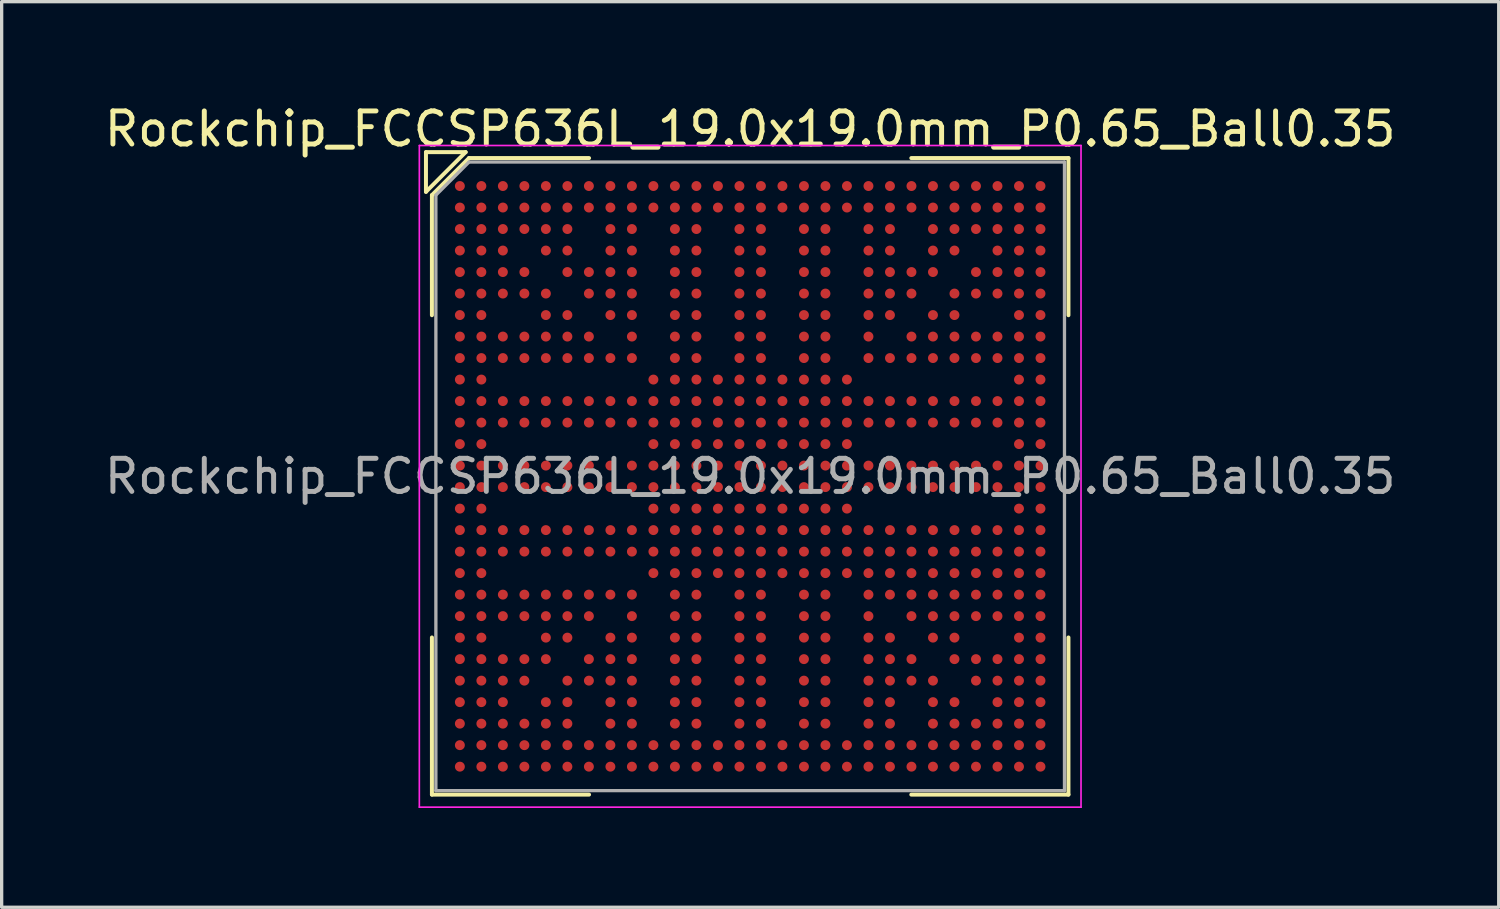
<source format=kicad_pcb>
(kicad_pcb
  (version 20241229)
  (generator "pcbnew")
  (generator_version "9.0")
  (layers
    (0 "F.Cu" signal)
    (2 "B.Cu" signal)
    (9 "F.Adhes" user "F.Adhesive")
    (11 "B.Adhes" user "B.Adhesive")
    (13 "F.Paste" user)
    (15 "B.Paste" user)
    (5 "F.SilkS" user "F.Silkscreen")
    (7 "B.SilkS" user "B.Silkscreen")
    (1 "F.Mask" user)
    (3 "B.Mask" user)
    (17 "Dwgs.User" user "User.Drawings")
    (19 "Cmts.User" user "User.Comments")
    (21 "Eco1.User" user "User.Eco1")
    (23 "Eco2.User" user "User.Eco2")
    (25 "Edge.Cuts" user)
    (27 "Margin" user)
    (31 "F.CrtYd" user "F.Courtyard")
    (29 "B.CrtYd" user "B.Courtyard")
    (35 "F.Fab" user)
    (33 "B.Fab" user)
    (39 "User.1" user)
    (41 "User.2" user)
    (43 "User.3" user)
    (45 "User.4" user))
  (footprint "Rockchip_FCCSP636L_19.0x19.0mm_P0.65_Ball0.35"
    (layer "F.Cu")
    (at 19.625 11.348)
    (property "Reference" "Rockchip_FCCSP636L_19.0x19.0mm_P0.65_Ball0.35" (at 0 -10.5 0) (layer "F.SilkS") (effects (font (size 1 1) (thickness 0.15))))
    (attr smd)
    (fp_line (start -9.8 -9.8) (end -9.8 -8.6) (stroke (width 0.12) (type default)) (layer "F.SilkS"))
    (fp_line (start -9.8 -8.6) (end -8.6 -9.8) (stroke (width 0.12) (type default)) (layer "F.SilkS"))
    (fp_line (start -9.62 -8.5) (end -9.62 -4.87) (stroke (width 0.12) (type default)) (layer "F.SilkS"))
    (fp_line (start -9.62 9.62) (end -9.62 4.87) (stroke (width 0.12) (type default)) (layer "F.SilkS"))
    (fp_line (start -8.6 -9.8) (end -9.8 -9.8) (stroke (width 0.12) (type default)) (layer "F.SilkS"))
    (fp_line (start -8.5 -9.62) (end -9.62 -8.5) (stroke (width 0.12) (type default)) (layer "F.SilkS"))
    (fp_line (start -4.87 -9.62) (end -8.5 -9.62) (stroke (width 0.12) (type default)) (layer "F.SilkS"))
    (fp_line (start -4.87 9.62) (end -9.62 9.62) (stroke (width 0.12) (type default)) (layer "F.SilkS"))
    (fp_line (start 4.87 -9.62) (end 9.62 -9.62) (stroke (width 0.12) (type default)) (layer "F.SilkS"))
    (fp_line (start 4.87 9.62) (end 9.62 9.62) (stroke (width 0.12) (type default)) (layer "F.SilkS"))
    (fp_line (start 9.62 -9.62) (end 9.62 -4.87) (stroke (width 0.12) (type default)) (layer "F.SilkS"))
    (fp_line (start 9.62 9.62) (end 9.62 4.87) (stroke (width 0.12) (type default)) (layer "F.SilkS"))
    (fp_line (start -10 -10) (end 10 -10) (stroke (width 0.05) (type default)) (layer "F.CrtYd"))
    (fp_line (start -10 10) (end -10 -10) (stroke (width 0.05) (type default)) (layer "F.CrtYd"))
    (fp_line (start 10 -10) (end 10 10) (stroke (width 0.05) (type default)) (layer "F.CrtYd"))
    (fp_line (start 10 10) (end -10 10) (stroke (width 0.05) (type default)) (layer "F.CrtYd"))
    (fp_line (start -9.5 -8.5) (end -9.5 9.5) (stroke (width 0.1) (type default)) (layer "F.Fab"))
    (fp_line (start -9.5 9.5) (end 9.5 9.5) (stroke (width 0.1) (type default)) (layer "F.Fab"))
    (fp_line (start -8.5 -9.5) (end -9.5 -8.5) (stroke (width 0.1) (type default)) (layer "F.Fab"))
    (fp_line (start 9.5 -9.5) (end -8.5 -9.5) (stroke (width 0.1) (type default)) (layer "F.Fab"))
    (fp_line (start 9.5 9.5) (end 9.5 -9.5) (stroke (width 0.1) (type default)) (layer "F.Fab"))
    (fp_text user "${REFERENCE}" (at 0 0 0) (layer "F.Fab") (effects (font (size 1 1) (thickness 0.15))))
    (pad "A1" smd circle (at -8.775 -8.775) (size 0.3 0.3) (layers "F.Cu" "F.Mask" "F.Paste"))
    (pad "A2" smd circle (at -8.125 -8.775) (size 0.3 0.3) (layers "F.Cu" "F.Mask" "F.Paste"))
    (pad "A3" smd circle (at -7.475 -8.775) (size 0.3 0.3) (layers "F.Cu" "F.Mask" "F.Paste"))
    (pad "A4" smd circle (at -6.825 -8.775) (size 0.3 0.3) (layers "F.Cu" "F.Mask" "F.Paste"))
    (pad "A5" smd circle (at -6.175 -8.775) (size 0.3 0.3) (layers "F.Cu" "F.Mask" "F.Paste"))
    (pad "A6" smd circle (at -5.525 -8.775) (size 0.3 0.3) (layers "F.Cu" "F.Mask" "F.Paste"))
    (pad "A7" smd circle (at -4.875 -8.775) (size 0.3 0.3) (layers "F.Cu" "F.Mask" "F.Paste"))
    (pad "A8" smd circle (at -4.225 -8.775) (size 0.3 0.3) (layers "F.Cu" "F.Mask" "F.Paste"))
    (pad "A9" smd circle (at -3.575 -8.775) (size 0.3 0.3) (layers "F.Cu" "F.Mask" "F.Paste"))
    (pad "A10" smd circle (at -2.925 -8.775) (size 0.3 0.3) (layers "F.Cu" "F.Mask" "F.Paste"))
    (pad "A11" smd circle (at -2.275 -8.775) (size 0.3 0.3) (layers "F.Cu" "F.Mask" "F.Paste"))
    (pad "A12" smd circle (at -1.625 -8.775) (size 0.3 0.3) (layers "F.Cu" "F.Mask" "F.Paste"))
    (pad "A13" smd circle (at -0.975 -8.775) (size 0.3 0.3) (layers "F.Cu" "F.Mask" "F.Paste"))
    (pad "A14" smd circle (at -0.325 -8.775) (size 0.3 0.3) (layers "F.Cu" "F.Mask" "F.Paste"))
    (pad "A15" smd circle (at 0.325 -8.775) (size 0.3 0.3) (layers "F.Cu" "F.Mask" "F.Paste"))
    (pad "A16" smd circle (at 0.975 -8.775) (size 0.3 0.3) (layers "F.Cu" "F.Mask" "F.Paste"))
    (pad "A17" smd circle (at 1.625 -8.775) (size 0.3 0.3) (layers "F.Cu" "F.Mask" "F.Paste"))
    (pad "A18" smd circle (at 2.275 -8.775) (size 0.3 0.3) (layers "F.Cu" "F.Mask" "F.Paste"))
    (pad "A19" smd circle (at 2.925 -8.775) (size 0.3 0.3) (layers "F.Cu" "F.Mask" "F.Paste"))
    (pad "A20" smd circle (at 3.575 -8.775) (size 0.3 0.3) (layers "F.Cu" "F.Mask" "F.Paste"))
    (pad "A21" smd circle (at 4.225 -8.775) (size 0.3 0.3) (layers "F.Cu" "F.Mask" "F.Paste"))
    (pad "A22" smd circle (at 4.875 -8.775) (size 0.3 0.3) (layers "F.Cu" "F.Mask" "F.Paste"))
    (pad "A23" smd circle (at 5.525 -8.775) (size 0.3 0.3) (layers "F.Cu" "F.Mask" "F.Paste"))
    (pad "A24" smd circle (at 6.175 -8.775) (size 0.3 0.3) (layers "F.Cu" "F.Mask" "F.Paste"))
    (pad "A25" smd circle (at 6.825 -8.775) (size 0.3 0.3) (layers "F.Cu" "F.Mask" "F.Paste"))
    (pad "A26" smd circle (at 7.475 -8.775) (size 0.3 0.3) (layers "F.Cu" "F.Mask" "F.Paste"))
    (pad "A27" smd circle (at 8.125 -8.775) (size 0.3 0.3) (layers "F.Cu" "F.Mask" "F.Paste"))
    (pad "A28" smd circle (at 8.775 -8.775) (size 0.3 0.3) (layers "F.Cu" "F.Mask" "F.Paste"))
    (pad "AA1" smd circle (at -8.775 4.225) (size 0.3 0.3) (layers "F.Cu" "F.Mask" "F.Paste"))
    (pad "AA2" smd circle (at -8.125 4.225) (size 0.3 0.3) (layers "F.Cu" "F.Mask" "F.Paste"))
    (pad "AA3" smd circle (at -7.475 4.225) (size 0.3 0.3) (layers "F.Cu" "F.Mask" "F.Paste"))
    (pad "AA4" smd circle (at -6.825 4.225) (size 0.3 0.3) (layers "F.Cu" "F.Mask" "F.Paste"))
    (pad "AA5" smd circle (at -6.175 4.225) (size 0.3 0.3) (layers "F.Cu" "F.Mask" "F.Paste"))
    (pad "AA6" smd circle (at -5.525 4.225) (size 0.3 0.3) (layers "F.Cu" "F.Mask" "F.Paste"))
    (pad "AA7" smd circle (at -4.875 4.225) (size 0.3 0.3) (layers "F.Cu" "F.Mask" "F.Paste"))
    (pad "AA9" smd circle (at -3.575 4.225) (size 0.3 0.3) (layers "F.Cu" "F.Mask" "F.Paste"))
    (pad "AA11" smd circle (at -2.275 4.225) (size 0.3 0.3) (layers "F.Cu" "F.Mask" "F.Paste"))
    (pad "AA12" smd circle (at -1.625 4.225) (size 0.3 0.3) (layers "F.Cu" "F.Mask" "F.Paste"))
    (pad "AA14" smd circle (at -0.325 4.225) (size 0.3 0.3) (layers "F.Cu" "F.Mask" "F.Paste"))
    (pad "AA15" smd circle (at 0.325 4.225) (size 0.3 0.3) (layers "F.Cu" "F.Mask" "F.Paste"))
    (pad "AA17" smd circle (at 1.625 4.225) (size 0.3 0.3) (layers "F.Cu" "F.Mask" "F.Paste"))
    (pad "AA18" smd circle (at 2.275 4.225) (size 0.3 0.3) (layers "F.Cu" "F.Mask" "F.Paste"))
    (pad "AA20" smd circle (at 3.575 4.225) (size 0.3 0.3) (layers "F.Cu" "F.Mask" "F.Paste"))
    (pad "AA22" smd circle (at 4.875 4.225) (size 0.3 0.3) (layers "F.Cu" "F.Mask" "F.Paste"))
    (pad "AA23" smd circle (at 5.525 4.225) (size 0.3 0.3) (layers "F.Cu" "F.Mask" "F.Paste"))
    (pad "AA24" smd circle (at 6.175 4.225) (size 0.3 0.3) (layers "F.Cu" "F.Mask" "F.Paste"))
    (pad "AA25" smd circle (at 6.825 4.225) (size 0.3 0.3) (layers "F.Cu" "F.Mask" "F.Paste"))
    (pad "AA26" smd circle (at 7.475 4.225) (size 0.3 0.3) (layers "F.Cu" "F.Mask" "F.Paste"))
    (pad "AA27" smd circle (at 8.125 4.225) (size 0.3 0.3) (layers "F.Cu" "F.Mask" "F.Paste"))
    (pad "AA28" smd circle (at 8.775 4.225) (size 0.3 0.3) (layers "F.Cu" "F.Mask" "F.Paste"))
    (pad "AB1" smd circle (at -8.775 4.875) (size 0.3 0.3) (layers "F.Cu" "F.Mask" "F.Paste"))
    (pad "AB2" smd circle (at -8.125 4.875) (size 0.3 0.3) (layers "F.Cu" "F.Mask" "F.Paste"))
    (pad "AB5" smd circle (at -6.175 4.875) (size 0.3 0.3) (layers "F.Cu" "F.Mask" "F.Paste"))
    (pad "AB6" smd circle (at -5.525 4.875) (size 0.3 0.3) (layers "F.Cu" "F.Mask" "F.Paste"))
    (pad "AB8" smd circle (at -4.225 4.875) (size 0.3 0.3) (layers "F.Cu" "F.Mask" "F.Paste"))
    (pad "AB9" smd circle (at -3.575 4.875) (size 0.3 0.3) (layers "F.Cu" "F.Mask" "F.Paste"))
    (pad "AB11" smd circle (at -2.275 4.875) (size 0.3 0.3) (layers "F.Cu" "F.Mask" "F.Paste"))
    (pad "AB12" smd circle (at -1.625 4.875) (size 0.3 0.3) (layers "F.Cu" "F.Mask" "F.Paste"))
    (pad "AB14" smd circle (at -0.325 4.875) (size 0.3 0.3) (layers "F.Cu" "F.Mask" "F.Paste"))
    (pad "AB15" smd circle (at 0.325 4.875) (size 0.3 0.3) (layers "F.Cu" "F.Mask" "F.Paste"))
    (pad "AB17" smd circle (at 1.625 4.875) (size 0.3 0.3) (layers "F.Cu" "F.Mask" "F.Paste"))
    (pad "AB18" smd circle (at 2.275 4.875) (size 0.3 0.3) (layers "F.Cu" "F.Mask" "F.Paste"))
    (pad "AB20" smd circle (at 3.575 4.875) (size 0.3 0.3) (layers "F.Cu" "F.Mask" "F.Paste"))
    (pad "AB21" smd circle (at 4.225 4.875) (size 0.3 0.3) (layers "F.Cu" "F.Mask" "F.Paste"))
    (pad "AB23" smd circle (at 5.525 4.875) (size 0.3 0.3) (layers "F.Cu" "F.Mask" "F.Paste"))
    (pad "AB24" smd circle (at 6.175 4.875) (size 0.3 0.3) (layers "F.Cu" "F.Mask" "F.Paste"))
    (pad "AB27" smd circle (at 8.125 4.875) (size 0.3 0.3) (layers "F.Cu" "F.Mask" "F.Paste"))
    (pad "AB28" smd circle (at 8.775 4.875) (size 0.3 0.3) (layers "F.Cu" "F.Mask" "F.Paste"))
    (pad "AC1" smd circle (at -8.775 5.525) (size 0.3 0.3) (layers "F.Cu" "F.Mask" "F.Paste"))
    (pad "AC2" smd circle (at -8.125 5.525) (size 0.3 0.3) (layers "F.Cu" "F.Mask" "F.Paste"))
    (pad "AC3" smd circle (at -7.475 5.525) (size 0.3 0.3) (layers "F.Cu" "F.Mask" "F.Paste"))
    (pad "AC4" smd circle (at -6.825 5.525) (size 0.3 0.3) (layers "F.Cu" "F.Mask" "F.Paste"))
    (pad "AC5" smd circle (at -6.175 5.525) (size 0.3 0.3) (layers "F.Cu" "F.Mask" "F.Paste"))
    (pad "AC7" smd circle (at -4.875 5.525) (size 0.3 0.3) (layers "F.Cu" "F.Mask" "F.Paste"))
    (pad "AC8" smd circle (at -4.225 5.525) (size 0.3 0.3) (layers "F.Cu" "F.Mask" "F.Paste"))
    (pad "AC9" smd circle (at -3.575 5.525) (size 0.3 0.3) (layers "F.Cu" "F.Mask" "F.Paste"))
    (pad "AC11" smd circle (at -2.275 5.525) (size 0.3 0.3) (layers "F.Cu" "F.Mask" "F.Paste"))
    (pad "AC12" smd circle (at -1.625 5.525) (size 0.3 0.3) (layers "F.Cu" "F.Mask" "F.Paste"))
    (pad "AC14" smd circle (at -0.325 5.525) (size 0.3 0.3) (layers "F.Cu" "F.Mask" "F.Paste"))
    (pad "AC15" smd circle (at 0.325 5.525) (size 0.3 0.3) (layers "F.Cu" "F.Mask" "F.Paste"))
    (pad "AC17" smd circle (at 1.625 5.525) (size 0.3 0.3) (layers "F.Cu" "F.Mask" "F.Paste"))
    (pad "AC18" smd circle (at 2.275 5.525) (size 0.3 0.3) (layers "F.Cu" "F.Mask" "F.Paste"))
    (pad "AC20" smd circle (at 3.575 5.525) (size 0.3 0.3) (layers "F.Cu" "F.Mask" "F.Paste"))
    (pad "AC21" smd circle (at 4.225 5.525) (size 0.3 0.3) (layers "F.Cu" "F.Mask" "F.Paste"))
    (pad "AC22" smd circle (at 4.875 5.525) (size 0.3 0.3) (layers "F.Cu" "F.Mask" "F.Paste"))
    (pad "AC24" smd circle (at 6.175 5.525) (size 0.3 0.3) (layers "F.Cu" "F.Mask" "F.Paste"))
    (pad "AC25" smd circle (at 6.825 5.525) (size 0.3 0.3) (layers "F.Cu" "F.Mask" "F.Paste"))
    (pad "AC26" smd circle (at 7.475 5.525) (size 0.3 0.3) (layers "F.Cu" "F.Mask" "F.Paste"))
    (pad "AC27" smd circle (at 8.125 5.525) (size 0.3 0.3) (layers "F.Cu" "F.Mask" "F.Paste"))
    (pad "AC28" smd circle (at 8.775 5.525) (size 0.3 0.3) (layers "F.Cu" "F.Mask" "F.Paste"))
    (pad "AD1" smd circle (at -8.775 6.175) (size 0.3 0.3) (layers "F.Cu" "F.Mask" "F.Paste"))
    (pad "AD2" smd circle (at -8.125 6.175) (size 0.3 0.3) (layers "F.Cu" "F.Mask" "F.Paste"))
    (pad "AD3" smd circle (at -7.475 6.175) (size 0.3 0.3) (layers "F.Cu" "F.Mask" "F.Paste"))
    (pad "AD4" smd circle (at -6.825 6.175) (size 0.3 0.3) (layers "F.Cu" "F.Mask" "F.Paste"))
    (pad "AD6" smd circle (at -5.525 6.175) (size 0.3 0.3) (layers "F.Cu" "F.Mask" "F.Paste"))
    (pad "AD7" smd circle (at -4.875 6.175) (size 0.3 0.3) (layers "F.Cu" "F.Mask" "F.Paste"))
    (pad "AD8" smd circle (at -4.225 6.175) (size 0.3 0.3) (layers "F.Cu" "F.Mask" "F.Paste"))
    (pad "AD9" smd circle (at -3.575 6.175) (size 0.3 0.3) (layers "F.Cu" "F.Mask" "F.Paste"))
    (pad "AD11" smd circle (at -2.275 6.175) (size 0.3 0.3) (layers "F.Cu" "F.Mask" "F.Paste"))
    (pad "AD12" smd circle (at -1.625 6.175) (size 0.3 0.3) (layers "F.Cu" "F.Mask" "F.Paste"))
    (pad "AD14" smd circle (at -0.325 6.175) (size 0.3 0.3) (layers "F.Cu" "F.Mask" "F.Paste"))
    (pad "AD15" smd circle (at 0.325 6.175) (size 0.3 0.3) (layers "F.Cu" "F.Mask" "F.Paste"))
    (pad "AD17" smd circle (at 1.625 6.175) (size 0.3 0.3) (layers "F.Cu" "F.Mask" "F.Paste"))
    (pad "AD18" smd circle (at 2.275 6.175) (size 0.3 0.3) (layers "F.Cu" "F.Mask" "F.Paste"))
    (pad "AD20" smd circle (at 3.575 6.175) (size 0.3 0.3) (layers "F.Cu" "F.Mask" "F.Paste"))
    (pad "AD21" smd circle (at 4.225 6.175) (size 0.3 0.3) (layers "F.Cu" "F.Mask" "F.Paste"))
    (pad "AD22" smd circle (at 4.875 6.175) (size 0.3 0.3) (layers "F.Cu" "F.Mask" "F.Paste"))
    (pad "AD23" smd circle (at 5.525 6.175) (size 0.3 0.3) (layers "F.Cu" "F.Mask" "F.Paste"))
    (pad "AD25" smd circle (at 6.825 6.175) (size 0.3 0.3) (layers "F.Cu" "F.Mask" "F.Paste"))
    (pad "AD26" smd circle (at 7.475 6.175) (size 0.3 0.3) (layers "F.Cu" "F.Mask" "F.Paste"))
    (pad "AD27" smd circle (at 8.125 6.175) (size 0.3 0.3) (layers "F.Cu" "F.Mask" "F.Paste"))
    (pad "AD28" smd circle (at 8.775 6.175) (size 0.3 0.3) (layers "F.Cu" "F.Mask" "F.Paste"))
    (pad "AE1" smd circle (at -8.775 6.825) (size 0.3 0.3) (layers "F.Cu" "F.Mask" "F.Paste"))
    (pad "AE2" smd circle (at -8.125 6.825) (size 0.3 0.3) (layers "F.Cu" "F.Mask" "F.Paste"))
    (pad "AE3" smd circle (at -7.475 6.825) (size 0.3 0.3) (layers "F.Cu" "F.Mask" "F.Paste"))
    (pad "AE5" smd circle (at -6.175 6.825) (size 0.3 0.3) (layers "F.Cu" "F.Mask" "F.Paste"))
    (pad "AE6" smd circle (at -5.525 6.825) (size 0.3 0.3) (layers "F.Cu" "F.Mask" "F.Paste"))
    (pad "AE8" smd circle (at -4.225 6.825) (size 0.3 0.3) (layers "F.Cu" "F.Mask" "F.Paste"))
    (pad "AE9" smd circle (at -3.575 6.825) (size 0.3 0.3) (layers "F.Cu" "F.Mask" "F.Paste"))
    (pad "AE11" smd circle (at -2.275 6.825) (size 0.3 0.3) (layers "F.Cu" "F.Mask" "F.Paste"))
    (pad "AE12" smd circle (at -1.625 6.825) (size 0.3 0.3) (layers "F.Cu" "F.Mask" "F.Paste"))
    (pad "AE14" smd circle (at -0.325 6.825) (size 0.3 0.3) (layers "F.Cu" "F.Mask" "F.Paste"))
    (pad "AE15" smd circle (at 0.325 6.825) (size 0.3 0.3) (layers "F.Cu" "F.Mask" "F.Paste"))
    (pad "AE17" smd circle (at 1.625 6.825) (size 0.3 0.3) (layers "F.Cu" "F.Mask" "F.Paste"))
    (pad "AE18" smd circle (at 2.275 6.825) (size 0.3 0.3) (layers "F.Cu" "F.Mask" "F.Paste"))
    (pad "AE20" smd circle (at 3.575 6.825) (size 0.3 0.3) (layers "F.Cu" "F.Mask" "F.Paste"))
    (pad "AE21" smd circle (at 4.225 6.825) (size 0.3 0.3) (layers "F.Cu" "F.Mask" "F.Paste"))
    (pad "AE23" smd circle (at 5.525 6.825) (size 0.3 0.3) (layers "F.Cu" "F.Mask" "F.Paste"))
    (pad "AE24" smd circle (at 6.175 6.825) (size 0.3 0.3) (layers "F.Cu" "F.Mask" "F.Paste"))
    (pad "AE26" smd circle (at 7.475 6.825) (size 0.3 0.3) (layers "F.Cu" "F.Mask" "F.Paste"))
    (pad "AE27" smd circle (at 8.125 6.825) (size 0.3 0.3) (layers "F.Cu" "F.Mask" "F.Paste"))
    (pad "AE28" smd circle (at 8.775 6.825) (size 0.3 0.3) (layers "F.Cu" "F.Mask" "F.Paste"))
    (pad "AF1" smd circle (at -8.775 7.475) (size 0.3 0.3) (layers "F.Cu" "F.Mask" "F.Paste"))
    (pad "AF2" smd circle (at -8.125 7.475) (size 0.3 0.3) (layers "F.Cu" "F.Mask" "F.Paste"))
    (pad "AF3" smd circle (at -7.475 7.475) (size 0.3 0.3) (layers "F.Cu" "F.Mask" "F.Paste"))
    (pad "AF4" smd circle (at -6.825 7.475) (size 0.3 0.3) (layers "F.Cu" "F.Mask" "F.Paste"))
    (pad "AF5" smd circle (at -6.175 7.475) (size 0.3 0.3) (layers "F.Cu" "F.Mask" "F.Paste"))
    (pad "AF6" smd circle (at -5.525 7.475) (size 0.3 0.3) (layers "F.Cu" "F.Mask" "F.Paste"))
    (pad "AF8" smd circle (at -4.225 7.475) (size 0.3 0.3) (layers "F.Cu" "F.Mask" "F.Paste"))
    (pad "AF9" smd circle (at -3.575 7.475) (size 0.3 0.3) (layers "F.Cu" "F.Mask" "F.Paste"))
    (pad "AF11" smd circle (at -2.275 7.475) (size 0.3 0.3) (layers "F.Cu" "F.Mask" "F.Paste"))
    (pad "AF12" smd circle (at -1.625 7.475) (size 0.3 0.3) (layers "F.Cu" "F.Mask" "F.Paste"))
    (pad "AF14" smd circle (at -0.325 7.475) (size 0.3 0.3) (layers "F.Cu" "F.Mask" "F.Paste"))
    (pad "AF15" smd circle (at 0.325 7.475) (size 0.3 0.3) (layers "F.Cu" "F.Mask" "F.Paste"))
    (pad "AF17" smd circle (at 1.625 7.475) (size 0.3 0.3) (layers "F.Cu" "F.Mask" "F.Paste"))
    (pad "AF18" smd circle (at 2.275 7.475) (size 0.3 0.3) (layers "F.Cu" "F.Mask" "F.Paste"))
    (pad "AF20" smd circle (at 3.575 7.475) (size 0.3 0.3) (layers "F.Cu" "F.Mask" "F.Paste"))
    (pad "AF21" smd circle (at 4.225 7.475) (size 0.3 0.3) (layers "F.Cu" "F.Mask" "F.Paste"))
    (pad "AF23" smd circle (at 5.525 7.475) (size 0.3 0.3) (layers "F.Cu" "F.Mask" "F.Paste"))
    (pad "AF24" smd circle (at 6.175 7.475) (size 0.3 0.3) (layers "F.Cu" "F.Mask" "F.Paste"))
    (pad "AF25" smd circle (at 6.825 7.475) (size 0.3 0.3) (layers "F.Cu" "F.Mask" "F.Paste"))
    (pad "AF26" smd circle (at 7.475 7.475) (size 0.3 0.3) (layers "F.Cu" "F.Mask" "F.Paste"))
    (pad "AF27" smd circle (at 8.125 7.475) (size 0.3 0.3) (layers "F.Cu" "F.Mask" "F.Paste"))
    (pad "AF28" smd circle (at 8.775 7.475) (size 0.3 0.3) (layers "F.Cu" "F.Mask" "F.Paste"))
    (pad "AG1" smd circle (at -8.775 8.125) (size 0.3 0.3) (layers "F.Cu" "F.Mask" "F.Paste"))
    (pad "AG2" smd circle (at -8.125 8.125) (size 0.3 0.3) (layers "F.Cu" "F.Mask" "F.Paste"))
    (pad "AG3" smd circle (at -7.475 8.125) (size 0.3 0.3) (layers "F.Cu" "F.Mask" "F.Paste"))
    (pad "AG4" smd circle (at -6.825 8.125) (size 0.3 0.3) (layers "F.Cu" "F.Mask" "F.Paste"))
    (pad "AG5" smd circle (at -6.175 8.125) (size 0.3 0.3) (layers "F.Cu" "F.Mask" "F.Paste"))
    (pad "AG6" smd circle (at -5.525 8.125) (size 0.3 0.3) (layers "F.Cu" "F.Mask" "F.Paste"))
    (pad "AG7" smd circle (at -4.875 8.125) (size 0.3 0.3) (layers "F.Cu" "F.Mask" "F.Paste"))
    (pad "AG8" smd circle (at -4.225 8.125) (size 0.3 0.3) (layers "F.Cu" "F.Mask" "F.Paste"))
    (pad "AG9" smd circle (at -3.575 8.125) (size 0.3 0.3) (layers "F.Cu" "F.Mask" "F.Paste"))
    (pad "AG10" smd circle (at -2.925 8.125) (size 0.3 0.3) (layers "F.Cu" "F.Mask" "F.Paste"))
    (pad "AG11" smd circle (at -2.275 8.125) (size 0.3 0.3) (layers "F.Cu" "F.Mask" "F.Paste"))
    (pad "AG12" smd circle (at -1.625 8.125) (size 0.3 0.3) (layers "F.Cu" "F.Mask" "F.Paste"))
    (pad "AG13" smd circle (at -0.975 8.125) (size 0.3 0.3) (layers "F.Cu" "F.Mask" "F.Paste"))
    (pad "AG14" smd circle (at -0.325 8.125) (size 0.3 0.3) (layers "F.Cu" "F.Mask" "F.Paste"))
    (pad "AG15" smd circle (at 0.325 8.125) (size 0.3 0.3) (layers "F.Cu" "F.Mask" "F.Paste"))
    (pad "AG16" smd circle (at 0.975 8.125) (size 0.3 0.3) (layers "F.Cu" "F.Mask" "F.Paste"))
    (pad "AG17" smd circle (at 1.625 8.125) (size 0.3 0.3) (layers "F.Cu" "F.Mask" "F.Paste"))
    (pad "AG18" smd circle (at 2.275 8.125) (size 0.3 0.3) (layers "F.Cu" "F.Mask" "F.Paste"))
    (pad "AG19" smd circle (at 2.925 8.125) (size 0.3 0.3) (layers "F.Cu" "F.Mask" "F.Paste"))
    (pad "AG20" smd circle (at 3.575 8.125) (size 0.3 0.3) (layers "F.Cu" "F.Mask" "F.Paste"))
    (pad "AG21" smd circle (at 4.225 8.125) (size 0.3 0.3) (layers "F.Cu" "F.Mask" "F.Paste"))
    (pad "AG22" smd circle (at 4.875 8.125) (size 0.3 0.3) (layers "F.Cu" "F.Mask" "F.Paste"))
    (pad "AG23" smd circle (at 5.525 8.125) (size 0.3 0.3) (layers "F.Cu" "F.Mask" "F.Paste"))
    (pad "AG24" smd circle (at 6.175 8.125) (size 0.3 0.3) (layers "F.Cu" "F.Mask" "F.Paste"))
    (pad "AG25" smd circle (at 6.825 8.125) (size 0.3 0.3) (layers "F.Cu" "F.Mask" "F.Paste"))
    (pad "AG26" smd circle (at 7.475 8.125) (size 0.3 0.3) (layers "F.Cu" "F.Mask" "F.Paste"))
    (pad "AG27" smd circle (at 8.125 8.125) (size 0.3 0.3) (layers "F.Cu" "F.Mask" "F.Paste"))
    (pad "AG28" smd circle (at 8.775 8.125) (size 0.3 0.3) (layers "F.Cu" "F.Mask" "F.Paste"))
    (pad "AH1" smd circle (at -8.775 8.775) (size 0.3 0.3) (layers "F.Cu" "F.Mask" "F.Paste"))
    (pad "AH2" smd circle (at -8.125 8.775) (size 0.3 0.3) (layers "F.Cu" "F.Mask" "F.Paste"))
    (pad "AH3" smd circle (at -7.475 8.775) (size 0.3 0.3) (layers "F.Cu" "F.Mask" "F.Paste"))
    (pad "AH4" smd circle (at -6.825 8.775) (size 0.3 0.3) (layers "F.Cu" "F.Mask" "F.Paste"))
    (pad "AH5" smd circle (at -6.175 8.775) (size 0.3 0.3) (layers "F.Cu" "F.Mask" "F.Paste"))
    (pad "AH6" smd circle (at -5.525 8.775) (size 0.3 0.3) (layers "F.Cu" "F.Mask" "F.Paste"))
    (pad "AH7" smd circle (at -4.875 8.775) (size 0.3 0.3) (layers "F.Cu" "F.Mask" "F.Paste"))
    (pad "AH8" smd circle (at -4.225 8.775) (size 0.3 0.3) (layers "F.Cu" "F.Mask" "F.Paste"))
    (pad "AH9" smd circle (at -3.575 8.775) (size 0.3 0.3) (layers "F.Cu" "F.Mask" "F.Paste"))
    (pad "AH10" smd circle (at -2.925 8.775) (size 0.3 0.3) (layers "F.Cu" "F.Mask" "F.Paste"))
    (pad "AH11" smd circle (at -2.275 8.775) (size 0.3 0.3) (layers "F.Cu" "F.Mask" "F.Paste"))
    (pad "AH12" smd circle (at -1.625 8.775) (size 0.3 0.3) (layers "F.Cu" "F.Mask" "F.Paste"))
    (pad "AH13" smd circle (at -0.975 8.775) (size 0.3 0.3) (layers "F.Cu" "F.Mask" "F.Paste"))
    (pad "AH14" smd circle (at -0.325 8.775) (size 0.3 0.3) (layers "F.Cu" "F.Mask" "F.Paste"))
    (pad "AH15" smd circle (at 0.325 8.775) (size 0.3 0.3) (layers "F.Cu" "F.Mask" "F.Paste"))
    (pad "AH16" smd circle (at 0.975 8.775) (size 0.3 0.3) (layers "F.Cu" "F.Mask" "F.Paste"))
    (pad "AH17" smd circle (at 1.625 8.775) (size 0.3 0.3) (layers "F.Cu" "F.Mask" "F.Paste"))
    (pad "AH18" smd circle (at 2.275 8.775) (size 0.3 0.3) (layers "F.Cu" "F.Mask" "F.Paste"))
    (pad "AH19" smd circle (at 2.925 8.775) (size 0.3 0.3) (layers "F.Cu" "F.Mask" "F.Paste"))
    (pad "AH20" smd circle (at 3.575 8.775) (size 0.3 0.3) (layers "F.Cu" "F.Mask" "F.Paste"))
    (pad "AH21" smd circle (at 4.225 8.775) (size 0.3 0.3) (layers "F.Cu" "F.Mask" "F.Paste"))
    (pad "AH22" smd circle (at 4.875 8.775) (size 0.3 0.3) (layers "F.Cu" "F.Mask" "F.Paste"))
    (pad "AH23" smd circle (at 5.525 8.775) (size 0.3 0.3) (layers "F.Cu" "F.Mask" "F.Paste"))
    (pad "AH24" smd circle (at 6.175 8.775) (size 0.3 0.3) (layers "F.Cu" "F.Mask" "F.Paste"))
    (pad "AH25" smd circle (at 6.825 8.775) (size 0.3 0.3) (layers "F.Cu" "F.Mask" "F.Paste"))
    (pad "AH26" smd circle (at 7.475 8.775) (size 0.3 0.3) (layers "F.Cu" "F.Mask" "F.Paste"))
    (pad "AH27" smd circle (at 8.125 8.775) (size 0.3 0.3) (layers "F.Cu" "F.Mask" "F.Paste"))
    (pad "AH28" smd circle (at 8.775 8.775) (size 0.3 0.3) (layers "F.Cu" "F.Mask" "F.Paste"))
    (pad "B1" smd circle (at -8.775 -8.125) (size 0.3 0.3) (layers "F.Cu" "F.Mask" "F.Paste"))
    (pad "B2" smd circle (at -8.125 -8.125) (size 0.3 0.3) (layers "F.Cu" "F.Mask" "F.Paste"))
    (pad "B3" smd circle (at -7.475 -8.125) (size 0.3 0.3) (layers "F.Cu" "F.Mask" "F.Paste"))
    (pad "B4" smd circle (at -6.825 -8.125) (size 0.3 0.3) (layers "F.Cu" "F.Mask" "F.Paste"))
    (pad "B5" smd circle (at -6.175 -8.125) (size 0.3 0.3) (layers "F.Cu" "F.Mask" "F.Paste"))
    (pad "B6" smd circle (at -5.525 -8.125) (size 0.3 0.3) (layers "F.Cu" "F.Mask" "F.Paste"))
    (pad "B7" smd circle (at -4.875 -8.125) (size 0.3 0.3) (layers "F.Cu" "F.Mask" "F.Paste"))
    (pad "B8" smd circle (at -4.225 -8.125) (size 0.3 0.3) (layers "F.Cu" "F.Mask" "F.Paste"))
    (pad "B9" smd circle (at -3.575 -8.125) (size 0.3 0.3) (layers "F.Cu" "F.Mask" "F.Paste"))
    (pad "B10" smd circle (at -2.925 -8.125) (size 0.3 0.3) (layers "F.Cu" "F.Mask" "F.Paste"))
    (pad "B11" smd circle (at -2.275 -8.125) (size 0.3 0.3) (layers "F.Cu" "F.Mask" "F.Paste"))
    (pad "B12" smd circle (at -1.625 -8.125) (size 0.3 0.3) (layers "F.Cu" "F.Mask" "F.Paste"))
    (pad "B13" smd circle (at -0.975 -8.125) (size 0.3 0.3) (layers "F.Cu" "F.Mask" "F.Paste"))
    (pad "B14" smd circle (at -0.325 -8.125) (size 0.3 0.3) (layers "F.Cu" "F.Mask" "F.Paste"))
    (pad "B15" smd circle (at 0.325 -8.125) (size 0.3 0.3) (layers "F.Cu" "F.Mask" "F.Paste"))
    (pad "B16" smd circle (at 0.975 -8.125) (size 0.3 0.3) (layers "F.Cu" "F.Mask" "F.Paste"))
    (pad "B17" smd circle (at 1.625 -8.125) (size 0.3 0.3) (layers "F.Cu" "F.Mask" "F.Paste"))
    (pad "B18" smd circle (at 2.275 -8.125) (size 0.3 0.3) (layers "F.Cu" "F.Mask" "F.Paste"))
    (pad "B19" smd circle (at 2.925 -8.125) (size 0.3 0.3) (layers "F.Cu" "F.Mask" "F.Paste"))
    (pad "B20" smd circle (at 3.575 -8.125) (size 0.3 0.3) (layers "F.Cu" "F.Mask" "F.Paste"))
    (pad "B21" smd circle (at 4.225 -8.125) (size 0.3 0.3) (layers "F.Cu" "F.Mask" "F.Paste"))
    (pad "B22" smd circle (at 4.875 -8.125) (size 0.3 0.3) (layers "F.Cu" "F.Mask" "F.Paste"))
    (pad "B23" smd circle (at 5.525 -8.125) (size 0.3 0.3) (layers "F.Cu" "F.Mask" "F.Paste"))
    (pad "B24" smd circle (at 6.175 -8.125) (size 0.3 0.3) (layers "F.Cu" "F.Mask" "F.Paste"))
    (pad "B25" smd circle (at 6.825 -8.125) (size 0.3 0.3) (layers "F.Cu" "F.Mask" "F.Paste"))
    (pad "B26" smd circle (at 7.475 -8.125) (size 0.3 0.3) (layers "F.Cu" "F.Mask" "F.Paste"))
    (pad "B27" smd circle (at 8.125 -8.125) (size 0.3 0.3) (layers "F.Cu" "F.Mask" "F.Paste"))
    (pad "B28" smd circle (at 8.775 -8.125) (size 0.3 0.3) (layers "F.Cu" "F.Mask" "F.Paste"))
    (pad "C1" smd circle (at -8.775 -7.475) (size 0.3 0.3) (layers "F.Cu" "F.Mask" "F.Paste"))
    (pad "C2" smd circle (at -8.125 -7.475) (size 0.3 0.3) (layers "F.Cu" "F.Mask" "F.Paste"))
    (pad "C3" smd circle (at -7.475 -7.475) (size 0.3 0.3) (layers "F.Cu" "F.Mask" "F.Paste"))
    (pad "C4" smd circle (at -6.825 -7.475) (size 0.3 0.3) (layers "F.Cu" "F.Mask" "F.Paste"))
    (pad "C5" smd circle (at -6.175 -7.475) (size 0.3 0.3) (layers "F.Cu" "F.Mask" "F.Paste"))
    (pad "C6" smd circle (at -5.525 -7.475) (size 0.3 0.3) (layers "F.Cu" "F.Mask" "F.Paste"))
    (pad "C8" smd circle (at -4.225 -7.475) (size 0.3 0.3) (layers "F.Cu" "F.Mask" "F.Paste"))
    (pad "C9" smd circle (at -3.575 -7.475) (size 0.3 0.3) (layers "F.Cu" "F.Mask" "F.Paste"))
    (pad "C11" smd circle (at -2.275 -7.475) (size 0.3 0.3) (layers "F.Cu" "F.Mask" "F.Paste"))
    (pad "C12" smd circle (at -1.625 -7.475) (size 0.3 0.3) (layers "F.Cu" "F.Mask" "F.Paste"))
    (pad "C14" smd circle (at -0.325 -7.475) (size 0.3 0.3) (layers "F.Cu" "F.Mask" "F.Paste"))
    (pad "C15" smd circle (at 0.325 -7.475) (size 0.3 0.3) (layers "F.Cu" "F.Mask" "F.Paste"))
    (pad "C17" smd circle (at 1.625 -7.475) (size 0.3 0.3) (layers "F.Cu" "F.Mask" "F.Paste"))
    (pad "C18" smd circle (at 2.275 -7.475) (size 0.3 0.3) (layers "F.Cu" "F.Mask" "F.Paste"))
    (pad "C20" smd circle (at 3.575 -7.475) (size 0.3 0.3) (layers "F.Cu" "F.Mask" "F.Paste"))
    (pad "C21" smd circle (at 4.225 -7.475) (size 0.3 0.3) (layers "F.Cu" "F.Mask" "F.Paste"))
    (pad "C23" smd circle (at 5.525 -7.475) (size 0.3 0.3) (layers "F.Cu" "F.Mask" "F.Paste"))
    (pad "C24" smd circle (at 6.175 -7.475) (size 0.3 0.3) (layers "F.Cu" "F.Mask" "F.Paste"))
    (pad "C25" smd circle (at 6.825 -7.475) (size 0.3 0.3) (layers "F.Cu" "F.Mask" "F.Paste"))
    (pad "C26" smd circle (at 7.475 -7.475) (size 0.3 0.3) (layers "F.Cu" "F.Mask" "F.Paste"))
    (pad "C27" smd circle (at 8.125 -7.475) (size 0.3 0.3) (layers "F.Cu" "F.Mask" "F.Paste"))
    (pad "C28" smd circle (at 8.775 -7.475) (size 0.3 0.3) (layers "F.Cu" "F.Mask" "F.Paste"))
    (pad "D1" smd circle (at -8.775 -6.825) (size 0.3 0.3) (layers "F.Cu" "F.Mask" "F.Paste"))
    (pad "D2" smd circle (at -8.125 -6.825) (size 0.3 0.3) (layers "F.Cu" "F.Mask" "F.Paste"))
    (pad "D3" smd circle (at -7.475 -6.825) (size 0.3 0.3) (layers "F.Cu" "F.Mask" "F.Paste"))
    (pad "D5" smd circle (at -6.175 -6.825) (size 0.3 0.3) (layers "F.Cu" "F.Mask" "F.Paste"))
    (pad "D6" smd circle (at -5.525 -6.825) (size 0.3 0.3) (layers "F.Cu" "F.Mask" "F.Paste"))
    (pad "D8" smd circle (at -4.225 -6.825) (size 0.3 0.3) (layers "F.Cu" "F.Mask" "F.Paste"))
    (pad "D9" smd circle (at -3.575 -6.825) (size 0.3 0.3) (layers "F.Cu" "F.Mask" "F.Paste"))
    (pad "D11" smd circle (at -2.275 -6.825) (size 0.3 0.3) (layers "F.Cu" "F.Mask" "F.Paste"))
    (pad "D12" smd circle (at -1.625 -6.825) (size 0.3 0.3) (layers "F.Cu" "F.Mask" "F.Paste"))
    (pad "D14" smd circle (at -0.325 -6.825) (size 0.3 0.3) (layers "F.Cu" "F.Mask" "F.Paste"))
    (pad "D15" smd circle (at 0.325 -6.825) (size 0.3 0.3) (layers "F.Cu" "F.Mask" "F.Paste"))
    (pad "D17" smd circle (at 1.625 -6.825) (size 0.3 0.3) (layers "F.Cu" "F.Mask" "F.Paste"))
    (pad "D18" smd circle (at 2.275 -6.825) (size 0.3 0.3) (layers "F.Cu" "F.Mask" "F.Paste"))
    (pad "D20" smd circle (at 3.575 -6.825) (size 0.3 0.3) (layers "F.Cu" "F.Mask" "F.Paste"))
    (pad "D21" smd circle (at 4.225 -6.825) (size 0.3 0.3) (layers "F.Cu" "F.Mask" "F.Paste"))
    (pad "D23" smd circle (at 5.525 -6.825) (size 0.3 0.3) (layers "F.Cu" "F.Mask" "F.Paste"))
    (pad "D24" smd circle (at 6.175 -6.825) (size 0.3 0.3) (layers "F.Cu" "F.Mask" "F.Paste"))
    (pad "D26" smd circle (at 7.475 -6.825) (size 0.3 0.3) (layers "F.Cu" "F.Mask" "F.Paste"))
    (pad "D27" smd circle (at 8.125 -6.825) (size 0.3 0.3) (layers "F.Cu" "F.Mask" "F.Paste"))
    (pad "D28" smd circle (at 8.775 -6.825) (size 0.3 0.3) (layers "F.Cu" "F.Mask" "F.Paste"))
    (pad "E1" smd circle (at -8.775 -6.175) (size 0.3 0.3) (layers "F.Cu" "F.Mask" "F.Paste"))
    (pad "E2" smd circle (at -8.125 -6.175) (size 0.3 0.3) (layers "F.Cu" "F.Mask" "F.Paste"))
    (pad "E3" smd circle (at -7.475 -6.175) (size 0.3 0.3) (layers "F.Cu" "F.Mask" "F.Paste"))
    (pad "E4" smd circle (at -6.825 -6.175) (size 0.3 0.3) (layers "F.Cu" "F.Mask" "F.Paste"))
    (pad "E6" smd circle (at -5.525 -6.175) (size 0.3 0.3) (layers "F.Cu" "F.Mask" "F.Paste"))
    (pad "E7" smd circle (at -4.875 -6.175) (size 0.3 0.3) (layers "F.Cu" "F.Mask" "F.Paste"))
    (pad "E8" smd circle (at -4.225 -6.175) (size 0.3 0.3) (layers "F.Cu" "F.Mask" "F.Paste"))
    (pad "E9" smd circle (at -3.575 -6.175) (size 0.3 0.3) (layers "F.Cu" "F.Mask" "F.Paste"))
    (pad "E11" smd circle (at -2.275 -6.175) (size 0.3 0.3) (layers "F.Cu" "F.Mask" "F.Paste"))
    (pad "E12" smd circle (at -1.625 -6.175) (size 0.3 0.3) (layers "F.Cu" "F.Mask" "F.Paste"))
    (pad "E14" smd circle (at -0.325 -6.175) (size 0.3 0.3) (layers "F.Cu" "F.Mask" "F.Paste"))
    (pad "E15" smd circle (at 0.325 -6.175) (size 0.3 0.3) (layers "F.Cu" "F.Mask" "F.Paste"))
    (pad "E17" smd circle (at 1.625 -6.175) (size 0.3 0.3) (layers "F.Cu" "F.Mask" "F.Paste"))
    (pad "E18" smd circle (at 2.275 -6.175) (size 0.3 0.3) (layers "F.Cu" "F.Mask" "F.Paste"))
    (pad "E20" smd circle (at 3.575 -6.175) (size 0.3 0.3) (layers "F.Cu" "F.Mask" "F.Paste"))
    (pad "E21" smd circle (at 4.225 -6.175) (size 0.3 0.3) (layers "F.Cu" "F.Mask" "F.Paste"))
    (pad "E22" smd circle (at 4.875 -6.175) (size 0.3 0.3) (layers "F.Cu" "F.Mask" "F.Paste"))
    (pad "E23" smd circle (at 5.525 -6.175) (size 0.3 0.3) (layers "F.Cu" "F.Mask" "F.Paste"))
    (pad "E25" smd circle (at 6.825 -6.175) (size 0.3 0.3) (layers "F.Cu" "F.Mask" "F.Paste"))
    (pad "E26" smd circle (at 7.475 -6.175) (size 0.3 0.3) (layers "F.Cu" "F.Mask" "F.Paste"))
    (pad "E27" smd circle (at 8.125 -6.175) (size 0.3 0.3) (layers "F.Cu" "F.Mask" "F.Paste"))
    (pad "E28" smd circle (at 8.775 -6.175) (size 0.3 0.3) (layers "F.Cu" "F.Mask" "F.Paste"))
    (pad "F1" smd circle (at -8.775 -5.525) (size 0.3 0.3) (layers "F.Cu" "F.Mask" "F.Paste"))
    (pad "F2" smd circle (at -8.125 -5.525) (size 0.3 0.3) (layers "F.Cu" "F.Mask" "F.Paste"))
    (pad "F3" smd circle (at -7.475 -5.525) (size 0.3 0.3) (layers "F.Cu" "F.Mask" "F.Paste"))
    (pad "F4" smd circle (at -6.825 -5.525) (size 0.3 0.3) (layers "F.Cu" "F.Mask" "F.Paste"))
    (pad "F5" smd circle (at -6.175 -5.525) (size 0.3 0.3) (layers "F.Cu" "F.Mask" "F.Paste"))
    (pad "F7" smd circle (at -4.875 -5.525) (size 0.3 0.3) (layers "F.Cu" "F.Mask" "F.Paste"))
    (pad "F8" smd circle (at -4.225 -5.525) (size 0.3 0.3) (layers "F.Cu" "F.Mask" "F.Paste"))
    (pad "F9" smd circle (at -3.575 -5.525) (size 0.3 0.3) (layers "F.Cu" "F.Mask" "F.Paste"))
    (pad "F11" smd circle (at -2.275 -5.525) (size 0.3 0.3) (layers "F.Cu" "F.Mask" "F.Paste"))
    (pad "F12" smd circle (at -1.625 -5.525) (size 0.3 0.3) (layers "F.Cu" "F.Mask" "F.Paste"))
    (pad "F14" smd circle (at -0.325 -5.525) (size 0.3 0.3) (layers "F.Cu" "F.Mask" "F.Paste"))
    (pad "F15" smd circle (at 0.325 -5.525) (size 0.3 0.3) (layers "F.Cu" "F.Mask" "F.Paste"))
    (pad "F17" smd circle (at 1.625 -5.525) (size 0.3 0.3) (layers "F.Cu" "F.Mask" "F.Paste"))
    (pad "F18" smd circle (at 2.275 -5.525) (size 0.3 0.3) (layers "F.Cu" "F.Mask" "F.Paste"))
    (pad "F20" smd circle (at 3.575 -5.525) (size 0.3 0.3) (layers "F.Cu" "F.Mask" "F.Paste"))
    (pad "F21" smd circle (at 4.225 -5.525) (size 0.3 0.3) (layers "F.Cu" "F.Mask" "F.Paste"))
    (pad "F22" smd circle (at 4.875 -5.525) (size 0.3 0.3) (layers "F.Cu" "F.Mask" "F.Paste"))
    (pad "F24" smd circle (at 6.175 -5.525) (size 0.3 0.3) (layers "F.Cu" "F.Mask" "F.Paste"))
    (pad "F25" smd circle (at 6.825 -5.525) (size 0.3 0.3) (layers "F.Cu" "F.Mask" "F.Paste"))
    (pad "F26" smd circle (at 7.475 -5.525) (size 0.3 0.3) (layers "F.Cu" "F.Mask" "F.Paste"))
    (pad "F27" smd circle (at 8.125 -5.525) (size 0.3 0.3) (layers "F.Cu" "F.Mask" "F.Paste"))
    (pad "F28" smd circle (at 8.775 -5.525) (size 0.3 0.3) (layers "F.Cu" "F.Mask" "F.Paste"))
    (pad "G1" smd circle (at -8.775 -4.875) (size 0.3 0.3) (layers "F.Cu" "F.Mask" "F.Paste"))
    (pad "G2" smd circle (at -8.125 -4.875) (size 0.3 0.3) (layers "F.Cu" "F.Mask" "F.Paste"))
    (pad "G5" smd circle (at -6.175 -4.875) (size 0.3 0.3) (layers "F.Cu" "F.Mask" "F.Paste"))
    (pad "G6" smd circle (at -5.525 -4.875) (size 0.3 0.3) (layers "F.Cu" "F.Mask" "F.Paste"))
    (pad "G8" smd circle (at -4.225 -4.875) (size 0.3 0.3) (layers "F.Cu" "F.Mask" "F.Paste"))
    (pad "G9" smd circle (at -3.575 -4.875) (size 0.3 0.3) (layers "F.Cu" "F.Mask" "F.Paste"))
    (pad "G11" smd circle (at -2.275 -4.875) (size 0.3 0.3) (layers "F.Cu" "F.Mask" "F.Paste"))
    (pad "G12" smd circle (at -1.625 -4.875) (size 0.3 0.3) (layers "F.Cu" "F.Mask" "F.Paste"))
    (pad "G14" smd circle (at -0.325 -4.875) (size 0.3 0.3) (layers "F.Cu" "F.Mask" "F.Paste"))
    (pad "G15" smd circle (at 0.325 -4.875) (size 0.3 0.3) (layers "F.Cu" "F.Mask" "F.Paste"))
    (pad "G17" smd circle (at 1.625 -4.875) (size 0.3 0.3) (layers "F.Cu" "F.Mask" "F.Paste"))
    (pad "G18" smd circle (at 2.275 -4.875) (size 0.3 0.3) (layers "F.Cu" "F.Mask" "F.Paste"))
    (pad "G20" smd circle (at 3.575 -4.875) (size 0.3 0.3) (layers "F.Cu" "F.Mask" "F.Paste"))
    (pad "G21" smd circle (at 4.225 -4.875) (size 0.3 0.3) (layers "F.Cu" "F.Mask" "F.Paste"))
    (pad "G23" smd circle (at 5.525 -4.875) (size 0.3 0.3) (layers "F.Cu" "F.Mask" "F.Paste"))
    (pad "G24" smd circle (at 6.175 -4.875) (size 0.3 0.3) (layers "F.Cu" "F.Mask" "F.Paste"))
    (pad "G27" smd circle (at 8.125 -4.875) (size 0.3 0.3) (layers "F.Cu" "F.Mask" "F.Paste"))
    (pad "G28" smd circle (at 8.775 -4.875) (size 0.3 0.3) (layers "F.Cu" "F.Mask" "F.Paste"))
    (pad "H1" smd circle (at -8.775 -4.225) (size 0.3 0.3) (layers "F.Cu" "F.Mask" "F.Paste"))
    (pad "H2" smd circle (at -8.125 -4.225) (size 0.3 0.3) (layers "F.Cu" "F.Mask" "F.Paste"))
    (pad "H3" smd circle (at -7.475 -4.225) (size 0.3 0.3) (layers "F.Cu" "F.Mask" "F.Paste"))
    (pad "H4" smd circle (at -6.825 -4.225) (size 0.3 0.3) (layers "F.Cu" "F.Mask" "F.Paste"))
    (pad "H5" smd circle (at -6.175 -4.225) (size 0.3 0.3) (layers "F.Cu" "F.Mask" "F.Paste"))
    (pad "H6" smd circle (at -5.525 -4.225) (size 0.3 0.3) (layers "F.Cu" "F.Mask" "F.Paste"))
    (pad "H7" smd circle (at -4.875 -4.225) (size 0.3 0.3) (layers "F.Cu" "F.Mask" "F.Paste"))
    (pad "H9" smd circle (at -3.575 -4.225) (size 0.3 0.3) (layers "F.Cu" "F.Mask" "F.Paste"))
    (pad "H11" smd circle (at -2.275 -4.225) (size 0.3 0.3) (layers "F.Cu" "F.Mask" "F.Paste"))
    (pad "H12" smd circle (at -1.625 -4.225) (size 0.3 0.3) (layers "F.Cu" "F.Mask" "F.Paste"))
    (pad "H14" smd circle (at -0.325 -4.225) (size 0.3 0.3) (layers "F.Cu" "F.Mask" "F.Paste"))
    (pad "H15" smd circle (at 0.325 -4.225) (size 0.3 0.3) (layers "F.Cu" "F.Mask" "F.Paste"))
    (pad "H17" smd circle (at 1.625 -4.225) (size 0.3 0.3) (layers "F.Cu" "F.Mask" "F.Paste"))
    (pad "H18" smd circle (at 2.275 -4.225) (size 0.3 0.3) (layers "F.Cu" "F.Mask" "F.Paste"))
    (pad "H20" smd circle (at 3.575 -4.225) (size 0.3 0.3) (layers "F.Cu" "F.Mask" "F.Paste"))
    (pad "H22" smd circle (at 4.875 -4.225) (size 0.3 0.3) (layers "F.Cu" "F.Mask" "F.Paste"))
    (pad "H23" smd circle (at 5.525 -4.225) (size 0.3 0.3) (layers "F.Cu" "F.Mask" "F.Paste"))
    (pad "H24" smd circle (at 6.175 -4.225) (size 0.3 0.3) (layers "F.Cu" "F.Mask" "F.Paste"))
    (pad "H25" smd circle (at 6.825 -4.225) (size 0.3 0.3) (layers "F.Cu" "F.Mask" "F.Paste"))
    (pad "H26" smd circle (at 7.475 -4.225) (size 0.3 0.3) (layers "F.Cu" "F.Mask" "F.Paste"))
    (pad "H27" smd circle (at 8.125 -4.225) (size 0.3 0.3) (layers "F.Cu" "F.Mask" "F.Paste"))
    (pad "H28" smd circle (at 8.775 -4.225) (size 0.3 0.3) (layers "F.Cu" "F.Mask" "F.Paste"))
    (pad "J1" smd circle (at -8.775 -3.575) (size 0.3 0.3) (layers "F.Cu" "F.Mask" "F.Paste"))
    (pad "J2" smd circle (at -8.125 -3.575) (size 0.3 0.3) (layers "F.Cu" "F.Mask" "F.Paste"))
    (pad "J3" smd circle (at -7.475 -3.575) (size 0.3 0.3) (layers "F.Cu" "F.Mask" "F.Paste"))
    (pad "J4" smd circle (at -6.825 -3.575) (size 0.3 0.3) (layers "F.Cu" "F.Mask" "F.Paste"))
    (pad "J5" smd circle (at -6.175 -3.575) (size 0.3 0.3) (layers "F.Cu" "F.Mask" "F.Paste"))
    (pad "J6" smd circle (at -5.525 -3.575) (size 0.3 0.3) (layers "F.Cu" "F.Mask" "F.Paste"))
    (pad "J7" smd circle (at -4.875 -3.575) (size 0.3 0.3) (layers "F.Cu" "F.Mask" "F.Paste"))
    (pad "J8" smd circle (at -4.225 -3.575) (size 0.3 0.3) (layers "F.Cu" "F.Mask" "F.Paste"))
    (pad "J9" smd circle (at -3.575 -3.575) (size 0.3 0.3) (layers "F.Cu" "F.Mask" "F.Paste"))
    (pad "J11" smd circle (at -2.275 -3.575) (size 0.3 0.3) (layers "F.Cu" "F.Mask" "F.Paste"))
    (pad "J12" smd circle (at -1.625 -3.575) (size 0.3 0.3) (layers "F.Cu" "F.Mask" "F.Paste"))
    (pad "J14" smd circle (at -0.325 -3.575) (size 0.3 0.3) (layers "F.Cu" "F.Mask" "F.Paste"))
    (pad "J15" smd circle (at 0.325 -3.575) (size 0.3 0.3) (layers "F.Cu" "F.Mask" "F.Paste"))
    (pad "J17" smd circle (at 1.625 -3.575) (size 0.3 0.3) (layers "F.Cu" "F.Mask" "F.Paste"))
    (pad "J18" smd circle (at 2.275 -3.575) (size 0.3 0.3) (layers "F.Cu" "F.Mask" "F.Paste"))
    (pad "J20" smd circle (at 3.575 -3.575) (size 0.3 0.3) (layers "F.Cu" "F.Mask" "F.Paste"))
    (pad "J21" smd circle (at 4.225 -3.575) (size 0.3 0.3) (layers "F.Cu" "F.Mask" "F.Paste"))
    (pad "J22" smd circle (at 4.875 -3.575) (size 0.3 0.3) (layers "F.Cu" "F.Mask" "F.Paste"))
    (pad "J23" smd circle (at 5.525 -3.575) (size 0.3 0.3) (layers "F.Cu" "F.Mask" "F.Paste"))
    (pad "J24" smd circle (at 6.175 -3.575) (size 0.3 0.3) (layers "F.Cu" "F.Mask" "F.Paste"))
    (pad "J25" smd circle (at 6.825 -3.575) (size 0.3 0.3) (layers "F.Cu" "F.Mask" "F.Paste"))
    (pad "J26" smd circle (at 7.475 -3.575) (size 0.3 0.3) (layers "F.Cu" "F.Mask" "F.Paste"))
    (pad "J27" smd circle (at 8.125 -3.575) (size 0.3 0.3) (layers "F.Cu" "F.Mask" "F.Paste"))
    (pad "J28" smd circle (at 8.775 -3.575) (size 0.3 0.3) (layers "F.Cu" "F.Mask" "F.Paste"))
    (pad "K1" smd circle (at -8.775 -2.925) (size 0.3 0.3) (layers "F.Cu" "F.Mask" "F.Paste"))
    (pad "K2" smd circle (at -8.125 -2.925) (size 0.3 0.3) (layers "F.Cu" "F.Mask" "F.Paste"))
    (pad "K10" smd circle (at -2.925 -2.925) (size 0.3 0.3) (layers "F.Cu" "F.Mask" "F.Paste"))
    (pad "K11" smd circle (at -2.275 -2.925) (size 0.3 0.3) (layers "F.Cu" "F.Mask" "F.Paste"))
    (pad "K12" smd circle (at -1.625 -2.925) (size 0.3 0.3) (layers "F.Cu" "F.Mask" "F.Paste"))
    (pad "K13" smd circle (at -0.975 -2.925) (size 0.3 0.3) (layers "F.Cu" "F.Mask" "F.Paste"))
    (pad "K14" smd circle (at -0.325 -2.925) (size 0.3 0.3) (layers "F.Cu" "F.Mask" "F.Paste"))
    (pad "K15" smd circle (at 0.325 -2.925) (size 0.3 0.3) (layers "F.Cu" "F.Mask" "F.Paste"))
    (pad "K16" smd circle (at 0.975 -2.925) (size 0.3 0.3) (layers "F.Cu" "F.Mask" "F.Paste"))
    (pad "K17" smd circle (at 1.625 -2.925) (size 0.3 0.3) (layers "F.Cu" "F.Mask" "F.Paste"))
    (pad "K18" smd circle (at 2.275 -2.925) (size 0.3 0.3) (layers "F.Cu" "F.Mask" "F.Paste"))
    (pad "K19" smd circle (at 2.925 -2.925) (size 0.3 0.3) (layers "F.Cu" "F.Mask" "F.Paste"))
    (pad "K27" smd circle (at 8.125 -2.925) (size 0.3 0.3) (layers "F.Cu" "F.Mask" "F.Paste"))
    (pad "K28" smd circle (at 8.775 -2.925) (size 0.3 0.3) (layers "F.Cu" "F.Mask" "F.Paste"))
    (pad "L1" smd circle (at -8.775 -2.275) (size 0.3 0.3) (layers "F.Cu" "F.Mask" "F.Paste"))
    (pad "L2" smd circle (at -8.125 -2.275) (size 0.3 0.3) (layers "F.Cu" "F.Mask" "F.Paste"))
    (pad "L3" smd circle (at -7.475 -2.275) (size 0.3 0.3) (layers "F.Cu" "F.Mask" "F.Paste"))
    (pad "L4" smd circle (at -6.825 -2.275) (size 0.3 0.3) (layers "F.Cu" "F.Mask" "F.Paste"))
    (pad "L5" smd circle (at -6.175 -2.275) (size 0.3 0.3) (layers "F.Cu" "F.Mask" "F.Paste"))
    (pad "L6" smd circle (at -5.525 -2.275) (size 0.3 0.3) (layers "F.Cu" "F.Mask" "F.Paste"))
    (pad "L7" smd circle (at -4.875 -2.275) (size 0.3 0.3) (layers "F.Cu" "F.Mask" "F.Paste"))
    (pad "L8" smd circle (at -4.225 -2.275) (size 0.3 0.3) (layers "F.Cu" "F.Mask" "F.Paste"))
    (pad "L9" smd circle (at -3.575 -2.275) (size 0.3 0.3) (layers "F.Cu" "F.Mask" "F.Paste"))
    (pad "L10" smd circle (at -2.925 -2.275) (size 0.3 0.3) (layers "F.Cu" "F.Mask" "F.Paste"))
    (pad "L11" smd circle (at -2.275 -2.275) (size 0.3 0.3) (layers "F.Cu" "F.Mask" "F.Paste"))
    (pad "L12" smd circle (at -1.625 -2.275) (size 0.3 0.3) (layers "F.Cu" "F.Mask" "F.Paste"))
    (pad "L13" smd circle (at -0.975 -2.275) (size 0.3 0.3) (layers "F.Cu" "F.Mask" "F.Paste"))
    (pad "L14" smd circle (at -0.325 -2.275) (size 0.3 0.3) (layers "F.Cu" "F.Mask" "F.Paste"))
    (pad "L15" smd circle (at 0.325 -2.275) (size 0.3 0.3) (layers "F.Cu" "F.Mask" "F.Paste"))
    (pad "L16" smd circle (at 0.975 -2.275) (size 0.3 0.3) (layers "F.Cu" "F.Mask" "F.Paste"))
    (pad "L17" smd circle (at 1.625 -2.275) (size 0.3 0.3) (layers "F.Cu" "F.Mask" "F.Paste"))
    (pad "L18" smd circle (at 2.275 -2.275) (size 0.3 0.3) (layers "F.Cu" "F.Mask" "F.Paste"))
    (pad "L19" smd circle (at 2.925 -2.275) (size 0.3 0.3) (layers "F.Cu" "F.Mask" "F.Paste"))
    (pad "L20" smd circle (at 3.575 -2.275) (size 0.3 0.3) (layers "F.Cu" "F.Mask" "F.Paste"))
    (pad "L21" smd circle (at 4.225 -2.275) (size 0.3 0.3) (layers "F.Cu" "F.Mask" "F.Paste"))
    (pad "L22" smd circle (at 4.875 -2.275) (size 0.3 0.3) (layers "F.Cu" "F.Mask" "F.Paste"))
    (pad "L23" smd circle (at 5.525 -2.275) (size 0.3 0.3) (layers "F.Cu" "F.Mask" "F.Paste"))
    (pad "L24" smd circle (at 6.175 -2.275) (size 0.3 0.3) (layers "F.Cu" "F.Mask" "F.Paste"))
    (pad "L25" smd circle (at 6.825 -2.275) (size 0.3 0.3) (layers "F.Cu" "F.Mask" "F.Paste"))
    (pad "L26" smd circle (at 7.475 -2.275) (size 0.3 0.3) (layers "F.Cu" "F.Mask" "F.Paste"))
    (pad "L27" smd circle (at 8.125 -2.275) (size 0.3 0.3) (layers "F.Cu" "F.Mask" "F.Paste"))
    (pad "L28" smd circle (at 8.775 -2.275) (size 0.3 0.3) (layers "F.Cu" "F.Mask" "F.Paste"))
    (pad "M1" smd circle (at -8.775 -1.625) (size 0.3 0.3) (layers "F.Cu" "F.Mask" "F.Paste"))
    (pad "M2" smd circle (at -8.125 -1.625) (size 0.3 0.3) (layers "F.Cu" "F.Mask" "F.Paste"))
    (pad "M3" smd circle (at -7.475 -1.625) (size 0.3 0.3) (layers "F.Cu" "F.Mask" "F.Paste"))
    (pad "M4" smd circle (at -6.825 -1.625) (size 0.3 0.3) (layers "F.Cu" "F.Mask" "F.Paste"))
    (pad "M5" smd circle (at -6.175 -1.625) (size 0.3 0.3) (layers "F.Cu" "F.Mask" "F.Paste"))
    (pad "M6" smd circle (at -5.525 -1.625) (size 0.3 0.3) (layers "F.Cu" "F.Mask" "F.Paste"))
    (pad "M7" smd circle (at -4.875 -1.625) (size 0.3 0.3) (layers "F.Cu" "F.Mask" "F.Paste"))
    (pad "M8" smd circle (at -4.225 -1.625) (size 0.3 0.3) (layers "F.Cu" "F.Mask" "F.Paste"))
    (pad "M9" smd circle (at -3.575 -1.625) (size 0.3 0.3) (layers "F.Cu" "F.Mask" "F.Paste"))
    (pad "M10" smd circle (at -2.925 -1.625) (size 0.3 0.3) (layers "F.Cu" "F.Mask" "F.Paste"))
    (pad "M11" smd circle (at -2.275 -1.625) (size 0.3 0.3) (layers "F.Cu" "F.Mask" "F.Paste"))
    (pad "M12" smd circle (at -1.625 -1.625) (size 0.3 0.3) (layers "F.Cu" "F.Mask" "F.Paste"))
    (pad "M13" smd circle (at -0.975 -1.625) (size 0.3 0.3) (layers "F.Cu" "F.Mask" "F.Paste"))
    (pad "M14" smd circle (at -0.325 -1.625) (size 0.3 0.3) (layers "F.Cu" "F.Mask" "F.Paste"))
    (pad "M15" smd circle (at 0.325 -1.625) (size 0.3 0.3) (layers "F.Cu" "F.Mask" "F.Paste"))
    (pad "M16" smd circle (at 0.975 -1.625) (size 0.3 0.3) (layers "F.Cu" "F.Mask" "F.Paste"))
    (pad "M17" smd circle (at 1.625 -1.625) (size 0.3 0.3) (layers "F.Cu" "F.Mask" "F.Paste"))
    (pad "M18" smd circle (at 2.275 -1.625) (size 0.3 0.3) (layers "F.Cu" "F.Mask" "F.Paste"))
    (pad "M19" smd circle (at 2.925 -1.625) (size 0.3 0.3) (layers "F.Cu" "F.Mask" "F.Paste"))
    (pad "M20" smd circle (at 3.575 -1.625) (size 0.3 0.3) (layers "F.Cu" "F.Mask" "F.Paste"))
    (pad "M21" smd circle (at 4.225 -1.625) (size 0.3 0.3) (layers "F.Cu" "F.Mask" "F.Paste"))
    (pad "M22" smd circle (at 4.875 -1.625) (size 0.3 0.3) (layers "F.Cu" "F.Mask" "F.Paste"))
    (pad "M23" smd circle (at 5.525 -1.625) (size 0.3 0.3) (layers "F.Cu" "F.Mask" "F.Paste"))
    (pad "M24" smd circle (at 6.175 -1.625) (size 0.3 0.3) (layers "F.Cu" "F.Mask" "F.Paste"))
    (pad "M25" smd circle (at 6.825 -1.625) (size 0.3 0.3) (layers "F.Cu" "F.Mask" "F.Paste"))
    (pad "M26" smd circle (at 7.475 -1.625) (size 0.3 0.3) (layers "F.Cu" "F.Mask" "F.Paste"))
    (pad "M27" smd circle (at 8.125 -1.625) (size 0.3 0.3) (layers "F.Cu" "F.Mask" "F.Paste"))
    (pad "M28" smd circle (at 8.775 -1.625) (size 0.3 0.3) (layers "F.Cu" "F.Mask" "F.Paste"))
    (pad "N1" smd circle (at -8.775 -0.975) (size 0.3 0.3) (layers "F.Cu" "F.Mask" "F.Paste"))
    (pad "N2" smd circle (at -8.125 -0.975) (size 0.3 0.3) (layers "F.Cu" "F.Mask" "F.Paste"))
    (pad "N10" smd circle (at -2.925 -0.975) (size 0.3 0.3) (layers "F.Cu" "F.Mask" "F.Paste"))
    (pad "N11" smd circle (at -2.275 -0.975) (size 0.3 0.3) (layers "F.Cu" "F.Mask" "F.Paste"))
    (pad "N12" smd circle (at -1.625 -0.975) (size 0.3 0.3) (layers "F.Cu" "F.Mask" "F.Paste"))
    (pad "N13" smd circle (at -0.975 -0.975) (size 0.3 0.3) (layers "F.Cu" "F.Mask" "F.Paste"))
    (pad "N14" smd circle (at -0.325 -0.975) (size 0.3 0.3) (layers "F.Cu" "F.Mask" "F.Paste"))
    (pad "N15" smd circle (at 0.325 -0.975) (size 0.3 0.3) (layers "F.Cu" "F.Mask" "F.Paste"))
    (pad "N16" smd circle (at 0.975 -0.975) (size 0.3 0.3) (layers "F.Cu" "F.Mask" "F.Paste"))
    (pad "N17" smd circle (at 1.625 -0.975) (size 0.3 0.3) (layers "F.Cu" "F.Mask" "F.Paste"))
    (pad "N18" smd circle (at 2.275 -0.975) (size 0.3 0.3) (layers "F.Cu" "F.Mask" "F.Paste"))
    (pad "N19" smd circle (at 2.925 -0.975) (size 0.3 0.3) (layers "F.Cu" "F.Mask" "F.Paste"))
    (pad "N27" smd circle (at 8.125 -0.975) (size 0.3 0.3) (layers "F.Cu" "F.Mask" "F.Paste"))
    (pad "N28" smd circle (at 8.775 -0.975) (size 0.3 0.3) (layers "F.Cu" "F.Mask" "F.Paste"))
    (pad "P1" smd circle (at -8.775 -0.325) (size 0.3 0.3) (layers "F.Cu" "F.Mask" "F.Paste"))
    (pad "P2" smd circle (at -8.125 -0.325) (size 0.3 0.3) (layers "F.Cu" "F.Mask" "F.Paste"))
    (pad "P3" smd circle (at -7.475 -0.325) (size 0.3 0.3) (layers "F.Cu" "F.Mask" "F.Paste"))
    (pad "P4" smd circle (at -6.825 -0.325) (size 0.3 0.3) (layers "F.Cu" "F.Mask" "F.Paste"))
    (pad "P5" smd circle (at -6.175 -0.325) (size 0.3 0.3) (layers "F.Cu" "F.Mask" "F.Paste"))
    (pad "P6" smd circle (at -5.525 -0.325) (size 0.3 0.3) (layers "F.Cu" "F.Mask" "F.Paste"))
    (pad "P7" smd circle (at -4.875 -0.325) (size 0.3 0.3) (layers "F.Cu" "F.Mask" "F.Paste"))
    (pad "P8" smd circle (at -4.225 -0.325) (size 0.3 0.3) (layers "F.Cu" "F.Mask" "F.Paste"))
    (pad "P9" smd circle (at -3.575 -0.325) (size 0.3 0.3) (layers "F.Cu" "F.Mask" "F.Paste"))
    (pad "P10" smd circle (at -2.925 -0.325) (size 0.3 0.3) (layers "F.Cu" "F.Mask" "F.Paste"))
    (pad "P11" smd circle (at -2.275 -0.325) (size 0.3 0.3) (layers "F.Cu" "F.Mask" "F.Paste"))
    (pad "P12" smd circle (at -1.625 -0.325) (size 0.3 0.3) (layers "F.Cu" "F.Mask" "F.Paste"))
    (pad "P13" smd circle (at -0.975 -0.325) (size 0.3 0.3) (layers "F.Cu" "F.Mask" "F.Paste"))
    (pad "P14" smd circle (at -0.325 -0.325) (size 0.3 0.3) (layers "F.Cu" "F.Mask" "F.Paste"))
    (pad "P15" smd circle (at 0.325 -0.325) (size 0.3 0.3) (layers "F.Cu" "F.Mask" "F.Paste"))
    (pad "P16" smd circle (at 0.975 -0.325) (size 0.3 0.3) (layers "F.Cu" "F.Mask" "F.Paste"))
    (pad "P17" smd circle (at 1.625 -0.325) (size 0.3 0.3) (layers "F.Cu" "F.Mask" "F.Paste"))
    (pad "P18" smd circle (at 2.275 -0.325) (size 0.3 0.3) (layers "F.Cu" "F.Mask" "F.Paste"))
    (pad "P19" smd circle (at 2.925 -0.325) (size 0.3 0.3) (layers "F.Cu" "F.Mask" "F.Paste"))
    (pad "P20" smd circle (at 3.575 -0.325) (size 0.3 0.3) (layers "F.Cu" "F.Mask" "F.Paste"))
    (pad "P21" smd circle (at 4.225 -0.325) (size 0.3 0.3) (layers "F.Cu" "F.Mask" "F.Paste"))
    (pad "P22" smd circle (at 4.875 -0.325) (size 0.3 0.3) (layers "F.Cu" "F.Mask" "F.Paste"))
    (pad "P23" smd circle (at 5.525 -0.325) (size 0.3 0.3) (layers "F.Cu" "F.Mask" "F.Paste"))
    (pad "P24" smd circle (at 6.175 -0.325) (size 0.3 0.3) (layers "F.Cu" "F.Mask" "F.Paste"))
    (pad "P25" smd circle (at 6.825 -0.325) (size 0.3 0.3) (layers "F.Cu" "F.Mask" "F.Paste"))
    (pad "P26" smd circle (at 7.475 -0.325) (size 0.3 0.3) (layers "F.Cu" "F.Mask" "F.Paste"))
    (pad "P27" smd circle (at 8.125 -0.325) (size 0.3 0.3) (layers "F.Cu" "F.Mask" "F.Paste"))
    (pad "P28" smd circle (at 8.775 -0.325) (size 0.3 0.3) (layers "F.Cu" "F.Mask" "F.Paste"))
    (pad "R1" smd circle (at -8.775 0.325) (size 0.3 0.3) (layers "F.Cu" "F.Mask" "F.Paste"))
    (pad "R2" smd circle (at -8.125 0.325) (size 0.3 0.3) (layers "F.Cu" "F.Mask" "F.Paste"))
    (pad "R3" smd circle (at -7.475 0.325) (size 0.3 0.3) (layers "F.Cu" "F.Mask" "F.Paste"))
    (pad "R4" smd circle (at -6.825 0.325) (size 0.3 0.3) (layers "F.Cu" "F.Mask" "F.Paste"))
    (pad "R5" smd circle (at -6.175 0.325) (size 0.3 0.3) (layers "F.Cu" "F.Mask" "F.Paste"))
    (pad "R6" smd circle (at -5.525 0.325) (size 0.3 0.3) (layers "F.Cu" "F.Mask" "F.Paste"))
    (pad "R7" smd circle (at -4.875 0.325) (size 0.3 0.3) (layers "F.Cu" "F.Mask" "F.Paste"))
    (pad "R8" smd circle (at -4.225 0.325) (size 0.3 0.3) (layers "F.Cu" "F.Mask" "F.Paste"))
    (pad "R9" smd circle (at -3.575 0.325) (size 0.3 0.3) (layers "F.Cu" "F.Mask" "F.Paste"))
    (pad "R10" smd circle (at -2.925 0.325) (size 0.3 0.3) (layers "F.Cu" "F.Mask" "F.Paste"))
    (pad "R11" smd circle (at -2.275 0.325) (size 0.3 0.3) (layers "F.Cu" "F.Mask" "F.Paste"))
    (pad "R12" smd circle (at -1.625 0.325) (size 0.3 0.3) (layers "F.Cu" "F.Mask" "F.Paste"))
    (pad "R13" smd circle (at -0.975 0.325) (size 0.3 0.3) (layers "F.Cu" "F.Mask" "F.Paste"))
    (pad "R14" smd circle (at -0.325 0.325) (size 0.3 0.3) (layers "F.Cu" "F.Mask" "F.Paste"))
    (pad "R15" smd circle (at 0.325 0.325) (size 0.3 0.3) (layers "F.Cu" "F.Mask" "F.Paste"))
    (pad "R16" smd circle (at 0.975 0.325) (size 0.3 0.3) (layers "F.Cu" "F.Mask" "F.Paste"))
    (pad "R17" smd circle (at 1.625 0.325) (size 0.3 0.3) (layers "F.Cu" "F.Mask" "F.Paste"))
    (pad "R18" smd circle (at 2.275 0.325) (size 0.3 0.3) (layers "F.Cu" "F.Mask" "F.Paste"))
    (pad "R19" smd circle (at 2.925 0.325) (size 0.3 0.3) (layers "F.Cu" "F.Mask" "F.Paste"))
    (pad "R20" smd circle (at 3.575 0.325) (size 0.3 0.3) (layers "F.Cu" "F.Mask" "F.Paste"))
    (pad "R21" smd circle (at 4.225 0.325) (size 0.3 0.3) (layers "F.Cu" "F.Mask" "F.Paste"))
    (pad "R22" smd circle (at 4.875 0.325) (size 0.3 0.3) (layers "F.Cu" "F.Mask" "F.Paste"))
    (pad "R23" smd circle (at 5.525 0.325) (size 0.3 0.3) (layers "F.Cu" "F.Mask" "F.Paste"))
    (pad "R24" smd circle (at 6.175 0.325) (size 0.3 0.3) (layers "F.Cu" "F.Mask" "F.Paste"))
    (pad "R25" smd circle (at 6.825 0.325) (size 0.3 0.3) (layers "F.Cu" "F.Mask" "F.Paste"))
    (pad "R26" smd circle (at 7.475 0.325) (size 0.3 0.3) (layers "F.Cu" "F.Mask" "F.Paste"))
    (pad "R27" smd circle (at 8.125 0.325) (size 0.3 0.3) (layers "F.Cu" "F.Mask" "F.Paste"))
    (pad "R28" smd circle (at 8.775 0.325) (size 0.3 0.3) (layers "F.Cu" "F.Mask" "F.Paste"))
    (pad "T1" smd circle (at -8.775 0.975) (size 0.3 0.3) (layers "F.Cu" "F.Mask" "F.Paste"))
    (pad "T2" smd circle (at -8.125 0.975) (size 0.3 0.3) (layers "F.Cu" "F.Mask" "F.Paste"))
    (pad "T10" smd circle (at -2.925 0.975) (size 0.3 0.3) (layers "F.Cu" "F.Mask" "F.Paste"))
    (pad "T11" smd circle (at -2.275 0.975) (size 0.3 0.3) (layers "F.Cu" "F.Mask" "F.Paste"))
    (pad "T12" smd circle (at -1.625 0.975) (size 0.3 0.3) (layers "F.Cu" "F.Mask" "F.Paste"))
    (pad "T13" smd circle (at -0.975 0.975) (size 0.3 0.3) (layers "F.Cu" "F.Mask" "F.Paste"))
    (pad "T14" smd circle (at -0.325 0.975) (size 0.3 0.3) (layers "F.Cu" "F.Mask" "F.Paste"))
    (pad "T15" smd circle (at 0.325 0.975) (size 0.3 0.3) (layers "F.Cu" "F.Mask" "F.Paste"))
    (pad "T16" smd circle (at 0.975 0.975) (size 0.3 0.3) (layers "F.Cu" "F.Mask" "F.Paste"))
    (pad "T17" smd circle (at 1.625 0.975) (size 0.3 0.3) (layers "F.Cu" "F.Mask" "F.Paste"))
    (pad "T18" smd circle (at 2.275 0.975) (size 0.3 0.3) (layers "F.Cu" "F.Mask" "F.Paste"))
    (pad "T19" smd circle (at 2.925 0.975) (size 0.3 0.3) (layers "F.Cu" "F.Mask" "F.Paste"))
    (pad "T27" smd circle (at 8.125 0.975) (size 0.3 0.3) (layers "F.Cu" "F.Mask" "F.Paste"))
    (pad "T28" smd circle (at 8.775 0.975) (size 0.3 0.3) (layers "F.Cu" "F.Mask" "F.Paste"))
    (pad "U1" smd circle (at -8.775 1.625) (size 0.3 0.3) (layers "F.Cu" "F.Mask" "F.Paste"))
    (pad "U2" smd circle (at -8.125 1.625) (size 0.3 0.3) (layers "F.Cu" "F.Mask" "F.Paste"))
    (pad "U3" smd circle (at -7.475 1.625) (size 0.3 0.3) (layers "F.Cu" "F.Mask" "F.Paste"))
    (pad "U4" smd circle (at -6.825 1.625) (size 0.3 0.3) (layers "F.Cu" "F.Mask" "F.Paste"))
    (pad "U5" smd circle (at -6.175 1.625) (size 0.3 0.3) (layers "F.Cu" "F.Mask" "F.Paste"))
    (pad "U6" smd circle (at -5.525 1.625) (size 0.3 0.3) (layers "F.Cu" "F.Mask" "F.Paste"))
    (pad "U7" smd circle (at -4.875 1.625) (size 0.3 0.3) (layers "F.Cu" "F.Mask" "F.Paste"))
    (pad "U8" smd circle (at -4.225 1.625) (size 0.3 0.3) (layers "F.Cu" "F.Mask" "F.Paste"))
    (pad "U9" smd circle (at -3.575 1.625) (size 0.3 0.3) (layers "F.Cu" "F.Mask" "F.Paste"))
    (pad "U10" smd circle (at -2.925 1.625) (size 0.3 0.3) (layers "F.Cu" "F.Mask" "F.Paste"))
    (pad "U11" smd circle (at -2.275 1.625) (size 0.3 0.3) (layers "F.Cu" "F.Mask" "F.Paste"))
    (pad "U12" smd circle (at -1.625 1.625) (size 0.3 0.3) (layers "F.Cu" "F.Mask" "F.Paste"))
    (pad "U13" smd circle (at -0.975 1.625) (size 0.3 0.3) (layers "F.Cu" "F.Mask" "F.Paste"))
    (pad "U14" smd circle (at -0.325 1.625) (size 0.3 0.3) (layers "F.Cu" "F.Mask" "F.Paste"))
    (pad "U15" smd circle (at 0.325 1.625) (size 0.3 0.3) (layers "F.Cu" "F.Mask" "F.Paste"))
    (pad "U16" smd circle (at 0.975 1.625) (size 0.3 0.3) (layers "F.Cu" "F.Mask" "F.Paste"))
    (pad "U17" smd circle (at 1.625 1.625) (size 0.3 0.3) (layers "F.Cu" "F.Mask" "F.Paste"))
    (pad "U18" smd circle (at 2.275 1.625) (size 0.3 0.3) (layers "F.Cu" "F.Mask" "F.Paste"))
    (pad "U19" smd circle (at 2.925 1.625) (size 0.3 0.3) (layers "F.Cu" "F.Mask" "F.Paste"))
    (pad "U20" smd circle (at 3.575 1.625) (size 0.3 0.3) (layers "F.Cu" "F.Mask" "F.Paste"))
    (pad "U21" smd circle (at 4.225 1.625) (size 0.3 0.3) (layers "F.Cu" "F.Mask" "F.Paste"))
    (pad "U22" smd circle (at 4.875 1.625) (size 0.3 0.3) (layers "F.Cu" "F.Mask" "F.Paste"))
    (pad "U23" smd circle (at 5.525 1.625) (size 0.3 0.3) (layers "F.Cu" "F.Mask" "F.Paste"))
    (pad "U24" smd circle (at 6.175 1.625) (size 0.3 0.3) (layers "F.Cu" "F.Mask" "F.Paste"))
    (pad "U25" smd circle (at 6.825 1.625) (size 0.3 0.3) (layers "F.Cu" "F.Mask" "F.Paste"))
    (pad "U26" smd circle (at 7.475 1.625) (size 0.3 0.3) (layers "F.Cu" "F.Mask" "F.Paste"))
    (pad "U27" smd circle (at 8.125 1.625) (size 0.3 0.3) (layers "F.Cu" "F.Mask" "F.Paste"))
    (pad "U28" smd circle (at 8.775 1.625) (size 0.3 0.3) (layers "F.Cu" "F.Mask" "F.Paste"))
    (pad "V1" smd circle (at -8.775 2.275) (size 0.3 0.3) (layers "F.Cu" "F.Mask" "F.Paste"))
    (pad "V2" smd circle (at -8.125 2.275) (size 0.3 0.3) (layers "F.Cu" "F.Mask" "F.Paste"))
    (pad "V3" smd circle (at -7.475 2.275) (size 0.3 0.3) (layers "F.Cu" "F.Mask" "F.Paste"))
    (pad "V4" smd circle (at -6.825 2.275) (size 0.3 0.3) (layers "F.Cu" "F.Mask" "F.Paste"))
    (pad "V5" smd circle (at -6.175 2.275) (size 0.3 0.3) (layers "F.Cu" "F.Mask" "F.Paste"))
    (pad "V6" smd circle (at -5.525 2.275) (size 0.3 0.3) (layers "F.Cu" "F.Mask" "F.Paste"))
    (pad "V7" smd circle (at -4.875 2.275) (size 0.3 0.3) (layers "F.Cu" "F.Mask" "F.Paste"))
    (pad "V8" smd circle (at -4.225 2.275) (size 0.3 0.3) (layers "F.Cu" "F.Mask" "F.Paste"))
    (pad "V9" smd circle (at -3.575 2.275) (size 0.3 0.3) (layers "F.Cu" "F.Mask" "F.Paste"))
    (pad "V10" smd circle (at -2.925 2.275) (size 0.3 0.3) (layers "F.Cu" "F.Mask" "F.Paste"))
    (pad "V11" smd circle (at -2.275 2.275) (size 0.3 0.3) (layers "F.Cu" "F.Mask" "F.Paste"))
    (pad "V12" smd circle (at -1.625 2.275) (size 0.3 0.3) (layers "F.Cu" "F.Mask" "F.Paste"))
    (pad "V13" smd circle (at -0.975 2.275) (size 0.3 0.3) (layers "F.Cu" "F.Mask" "F.Paste"))
    (pad "V14" smd circle (at -0.325 2.275) (size 0.3 0.3) (layers "F.Cu" "F.Mask" "F.Paste"))
    (pad "V15" smd circle (at 0.325 2.275) (size 0.3 0.3) (layers "F.Cu" "F.Mask" "F.Paste"))
    (pad "V16" smd circle (at 0.975 2.275) (size 0.3 0.3) (layers "F.Cu" "F.Mask" "F.Paste"))
    (pad "V17" smd circle (at 1.625 2.275) (size 0.3 0.3) (layers "F.Cu" "F.Mask" "F.Paste"))
    (pad "V18" smd circle (at 2.275 2.275) (size 0.3 0.3) (layers "F.Cu" "F.Mask" "F.Paste"))
    (pad "V19" smd circle (at 2.925 2.275) (size 0.3 0.3) (layers "F.Cu" "F.Mask" "F.Paste"))
    (pad "V20" smd circle (at 3.575 2.275) (size 0.3 0.3) (layers "F.Cu" "F.Mask" "F.Paste"))
    (pad "V21" smd circle (at 4.225 2.275) (size 0.3 0.3) (layers "F.Cu" "F.Mask" "F.Paste"))
    (pad "V22" smd circle (at 4.875 2.275) (size 0.3 0.3) (layers "F.Cu" "F.Mask" "F.Paste"))
    (pad "V23" smd circle (at 5.525 2.275) (size 0.3 0.3) (layers "F.Cu" "F.Mask" "F.Paste"))
    (pad "V24" smd circle (at 6.175 2.275) (size 0.3 0.3) (layers "F.Cu" "F.Mask" "F.Paste"))
    (pad "V25" smd circle (at 6.825 2.275) (size 0.3 0.3) (layers "F.Cu" "F.Mask" "F.Paste"))
    (pad "V26" smd circle (at 7.475 2.275) (size 0.3 0.3) (layers "F.Cu" "F.Mask" "F.Paste"))
    (pad "V27" smd circle (at 8.125 2.275) (size 0.3 0.3) (layers "F.Cu" "F.Mask" "F.Paste"))
    (pad "V28" smd circle (at 8.775 2.275) (size 0.3 0.3) (layers "F.Cu" "F.Mask" "F.Paste"))
    (pad "W1" smd circle (at -8.775 2.925) (size 0.3 0.3) (layers "F.Cu" "F.Mask" "F.Paste"))
    (pad "W2" smd circle (at -8.125 2.925) (size 0.3 0.3) (layers "F.Cu" "F.Mask" "F.Paste"))
    (pad "W10" smd circle (at -2.925 2.925) (size 0.3 0.3) (layers "F.Cu" "F.Mask" "F.Paste"))
    (pad "W11" smd circle (at -2.275 2.925) (size 0.3 0.3) (layers "F.Cu" "F.Mask" "F.Paste"))
    (pad "W12" smd circle (at -1.625 2.925) (size 0.3 0.3) (layers "F.Cu" "F.Mask" "F.Paste"))
    (pad "W13" smd circle (at -0.975 2.925) (size 0.3 0.3) (layers "F.Cu" "F.Mask" "F.Paste"))
    (pad "W14" smd circle (at -0.325 2.925) (size 0.3 0.3) (layers "F.Cu" "F.Mask" "F.Paste"))
    (pad "W15" smd circle (at 0.325 2.925) (size 0.3 0.3) (layers "F.Cu" "F.Mask" "F.Paste"))
    (pad "W16" smd circle (at 0.975 2.925) (size 0.3 0.3) (layers "F.Cu" "F.Mask" "F.Paste"))
    (pad "W17" smd circle (at 1.625 2.925) (size 0.3 0.3) (layers "F.Cu" "F.Mask" "F.Paste"))
    (pad "W18" smd circle (at 2.275 2.925) (size 0.3 0.3) (layers "F.Cu" "F.Mask" "F.Paste"))
    (pad "W19" smd circle (at 2.925 2.925) (size 0.3 0.3) (layers "F.Cu" "F.Mask" "F.Paste"))
    (pad "W20" smd circle (at 3.575 2.925) (size 0.3 0.3) (layers "F.Cu" "F.Mask" "F.Paste"))
    (pad "W21" smd circle (at 4.225 2.925) (size 0.3 0.3) (layers "F.Cu" "F.Mask" "F.Paste"))
    (pad "W22" smd circle (at 4.875 2.925) (size 0.3 0.3) (layers "F.Cu" "F.Mask" "F.Paste"))
    (pad "W23" smd circle (at 5.525 2.925) (size 0.3 0.3) (layers "F.Cu" "F.Mask" "F.Paste"))
    (pad "W24" smd circle (at 6.175 2.925) (size 0.3 0.3) (layers "F.Cu" "F.Mask" "F.Paste"))
    (pad "W25" smd circle (at 6.825 2.925) (size 0.3 0.3) (layers "F.Cu" "F.Mask" "F.Paste"))
    (pad "W26" smd circle (at 7.475 2.925) (size 0.3 0.3) (layers "F.Cu" "F.Mask" "F.Paste"))
    (pad "W27" smd circle (at 8.125 2.925) (size 0.3 0.3) (layers "F.Cu" "F.Mask" "F.Paste"))
    (pad "W28" smd circle (at 8.775 2.925) (size 0.3 0.3) (layers "F.Cu" "F.Mask" "F.Paste"))
    (pad "Y1" smd circle (at -8.775 3.575) (size 0.3 0.3) (layers "F.Cu" "F.Mask" "F.Paste"))
    (pad "Y2" smd circle (at -8.125 3.575) (size 0.3 0.3) (layers "F.Cu" "F.Mask" "F.Paste"))
    (pad "Y3" smd circle (at -7.475 3.575) (size 0.3 0.3) (layers "F.Cu" "F.Mask" "F.Paste"))
    (pad "Y4" smd circle (at -6.825 3.575) (size 0.3 0.3) (layers "F.Cu" "F.Mask" "F.Paste"))
    (pad "Y5" smd circle (at -6.175 3.575) (size 0.3 0.3) (layers "F.Cu" "F.Mask" "F.Paste"))
    (pad "Y6" smd circle (at -5.525 3.575) (size 0.3 0.3) (layers "F.Cu" "F.Mask" "F.Paste"))
    (pad "Y7" smd circle (at -4.875 3.575) (size 0.3 0.3) (layers "F.Cu" "F.Mask" "F.Paste"))
    (pad "Y8" smd circle (at -4.225 3.575) (size 0.3 0.3) (layers "F.Cu" "F.Mask" "F.Paste"))
    (pad "Y9" smd circle (at -3.575 3.575) (size 0.3 0.3) (layers "F.Cu" "F.Mask" "F.Paste"))
    (pad "Y11" smd circle (at -2.275 3.575) (size 0.3 0.3) (layers "F.Cu" "F.Mask" "F.Paste"))
    (pad "Y12" smd circle (at -1.625 3.575) (size 0.3 0.3) (layers "F.Cu" "F.Mask" "F.Paste"))
    (pad "Y14" smd circle (at -0.325 3.575) (size 0.3 0.3) (layers "F.Cu" "F.Mask" "F.Paste"))
    (pad "Y15" smd circle (at 0.325 3.575) (size 0.3 0.3) (layers "F.Cu" "F.Mask" "F.Paste"))
    (pad "Y17" smd circle (at 1.625 3.575) (size 0.3 0.3) (layers "F.Cu" "F.Mask" "F.Paste"))
    (pad "Y18" smd circle (at 2.275 3.575) (size 0.3 0.3) (layers "F.Cu" "F.Mask" "F.Paste"))
    (pad "Y20" smd circle (at 3.575 3.575) (size 0.3 0.3) (layers "F.Cu" "F.Mask" "F.Paste"))
    (pad "Y21" smd circle (at 4.225 3.575) (size 0.3 0.3) (layers "F.Cu" "F.Mask" "F.Paste"))
    (pad "Y22" smd circle (at 4.875 3.575) (size 0.3 0.3) (layers "F.Cu" "F.Mask" "F.Paste"))
    (pad "Y23" smd circle (at 5.525 3.575) (size 0.3 0.3) (layers "F.Cu" "F.Mask" "F.Paste"))
    (pad "Y24" smd circle (at 6.175 3.575) (size 0.3 0.3) (layers "F.Cu" "F.Mask" "F.Paste"))
    (pad "Y25" smd circle (at 6.825 3.575) (size 0.3 0.3) (layers "F.Cu" "F.Mask" "F.Paste"))
    (pad "Y26" smd circle (at 7.475 3.575) (size 0.3 0.3) (layers "F.Cu" "F.Mask" "F.Paste"))
    (pad "Y27" smd circle (at 8.125 3.575) (size 0.3 0.3) (layers "F.Cu" "F.Mask" "F.Paste"))
    (pad "Y28" smd circle (at 8.775 3.575) (size 0.3 0.3) (layers "F.Cu" "F.Mask" "F.Paste")))
  (gr_rect
    (start -3 -3)
    (end 42.25 24.373)
    (stroke (width 0.1) (type default))
    (fill no)
    (layer "Edge.Cuts")))
</source>
